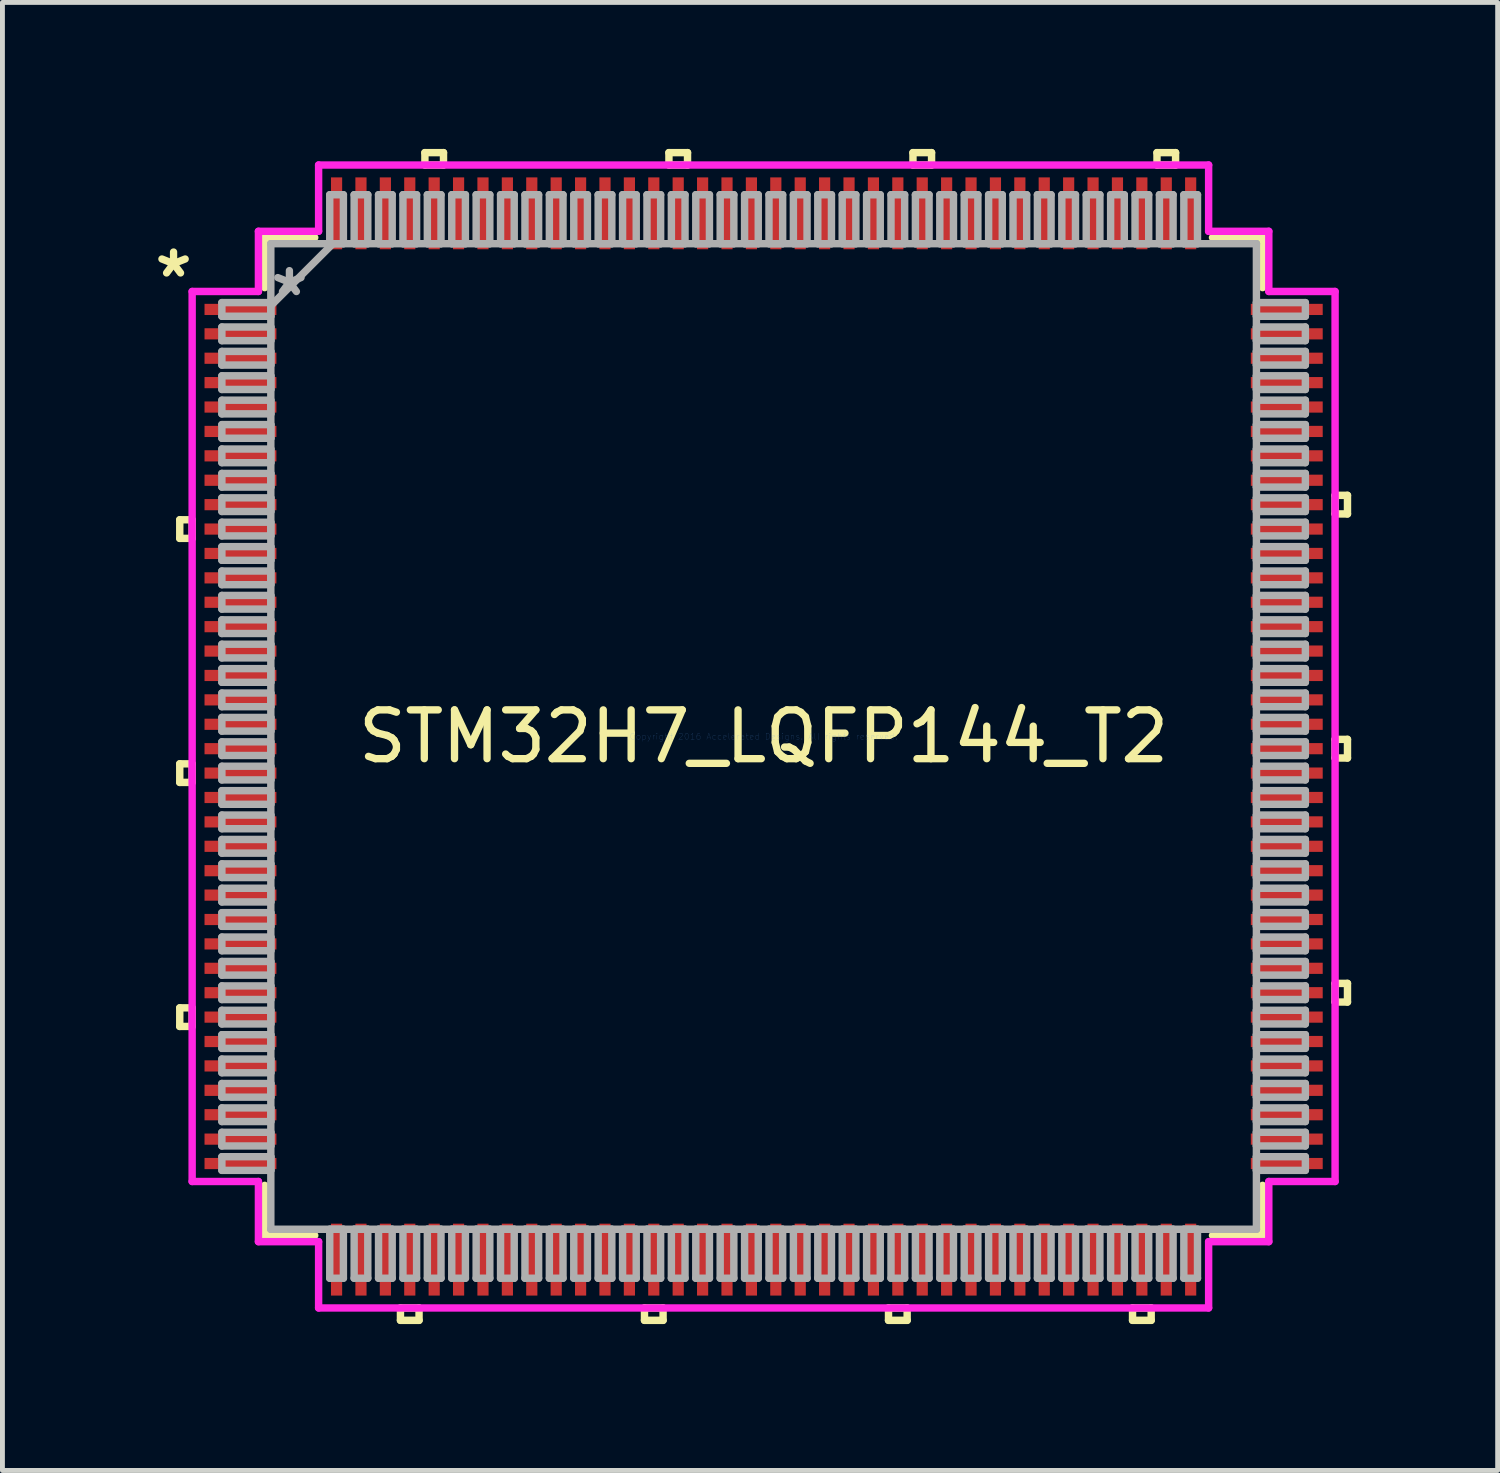
<source format=kicad_pcb>
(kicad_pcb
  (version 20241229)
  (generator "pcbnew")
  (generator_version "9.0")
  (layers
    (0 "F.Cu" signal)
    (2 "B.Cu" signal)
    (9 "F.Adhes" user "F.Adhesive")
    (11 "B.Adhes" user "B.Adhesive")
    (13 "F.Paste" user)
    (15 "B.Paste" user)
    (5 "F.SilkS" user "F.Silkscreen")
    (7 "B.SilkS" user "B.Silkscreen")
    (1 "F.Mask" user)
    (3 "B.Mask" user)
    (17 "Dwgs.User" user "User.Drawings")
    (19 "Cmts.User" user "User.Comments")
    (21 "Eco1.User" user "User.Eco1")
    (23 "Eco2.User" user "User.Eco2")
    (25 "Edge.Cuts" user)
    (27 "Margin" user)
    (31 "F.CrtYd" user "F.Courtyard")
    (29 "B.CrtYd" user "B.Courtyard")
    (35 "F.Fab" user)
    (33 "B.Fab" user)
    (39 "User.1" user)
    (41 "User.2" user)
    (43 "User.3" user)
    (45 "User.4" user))
  (footprint "STM32H7_LQFP144_T2"
    (layer "F.Cu")
    (at 12.596 12.04)
    (property "Reference" "STM32H7_LQFP144_T2" (at 0 0 0) (layer "F.SilkS") (effects (font (size 1 1) (thickness 0.15))))
    (attr through_hole)
    (fp_line (start -11.963 -4.44) (end -11.963 -4.059) (stroke (width 0.152) (type solid)) (layer "F.SilkS"))
    (fp_line (start -11.963 -4.059) (end -11.709 -4.059) (stroke (width 0.152) (type solid)) (layer "F.SilkS"))
    (fp_line (start -11.963 0.56) (end -11.963 0.941) (stroke (width 0.152) (type solid)) (layer "F.SilkS"))
    (fp_line (start -11.963 0.941) (end -11.709 0.941) (stroke (width 0.152) (type solid)) (layer "F.SilkS"))
    (fp_line (start -11.963 5.56) (end -11.963 5.941) (stroke (width 0.152) (type solid)) (layer "F.SilkS"))
    (fp_line (start -11.963 5.941) (end -11.709 5.941) (stroke (width 0.152) (type solid)) (layer "F.SilkS"))
    (fp_line (start -11.709 -4.44) (end -11.963 -4.44) (stroke (width 0.152) (type solid)) (layer "F.SilkS"))
    (fp_line (start -11.709 -4.059) (end -11.709 -4.44) (stroke (width 0.152) (type solid)) (layer "F.SilkS"))
    (fp_line (start -11.709 0.56) (end -11.963 0.56) (stroke (width 0.152) (type solid)) (layer "F.SilkS"))
    (fp_line (start -11.709 0.941) (end -11.709 0.56) (stroke (width 0.152) (type solid)) (layer "F.SilkS"))
    (fp_line (start -11.709 5.56) (end -11.963 5.56) (stroke (width 0.152) (type solid)) (layer "F.SilkS"))
    (fp_line (start -11.709 5.941) (end -11.709 5.56) (stroke (width 0.152) (type solid)) (layer "F.SilkS"))
    (fp_line (start -10.223 -10.223) (end -10.223 -9.197) (stroke (width 0.152) (type solid)) (layer "F.SilkS"))
    (fp_line (start -10.223 9.197) (end -10.223 10.223) (stroke (width 0.152) (type solid)) (layer "F.SilkS"))
    (fp_line (start -10.223 10.223) (end -9.197 10.223) (stroke (width 0.152) (type solid)) (layer "F.SilkS"))
    (fp_line (start -9.197 -10.223) (end -10.223 -10.223) (stroke (width 0.152) (type solid)) (layer "F.SilkS"))
    (fp_line (start -7.441 11.709) (end -7.441 11.963) (stroke (width 0.152) (type solid)) (layer "F.SilkS"))
    (fp_line (start -7.441 11.963) (end -7.06 11.963) (stroke (width 0.152) (type solid)) (layer "F.SilkS"))
    (fp_line (start -7.06 11.709) (end -7.441 11.709) (stroke (width 0.152) (type solid)) (layer "F.SilkS"))
    (fp_line (start -7.06 11.963) (end -7.06 11.709) (stroke (width 0.152) (type solid)) (layer "F.SilkS"))
    (fp_line (start -6.94 -11.963) (end -6.559 -11.963) (stroke (width 0.152) (type solid)) (layer "F.SilkS"))
    (fp_line (start -6.94 -11.709) (end -6.94 -11.963) (stroke (width 0.152) (type solid)) (layer "F.SilkS"))
    (fp_line (start -6.559 -11.963) (end -6.559 -11.709) (stroke (width 0.152) (type solid)) (layer "F.SilkS"))
    (fp_line (start -6.559 -11.709) (end -6.94 -11.709) (stroke (width 0.152) (type solid)) (layer "F.SilkS"))
    (fp_line (start -2.441 11.709) (end -2.441 11.963) (stroke (width 0.152) (type solid)) (layer "F.SilkS"))
    (fp_line (start -2.441 11.963) (end -2.06 11.963) (stroke (width 0.152) (type solid)) (layer "F.SilkS"))
    (fp_line (start -2.06 11.709) (end -2.441 11.709) (stroke (width 0.152) (type solid)) (layer "F.SilkS"))
    (fp_line (start -2.06 11.963) (end -2.06 11.709) (stroke (width 0.152) (type solid)) (layer "F.SilkS"))
    (fp_line (start -1.94 -11.963) (end -1.559 -11.963) (stroke (width 0.152) (type solid)) (layer "F.SilkS"))
    (fp_line (start -1.94 -11.709) (end -1.94 -11.963) (stroke (width 0.152) (type solid)) (layer "F.SilkS"))
    (fp_line (start -1.559 -11.963) (end -1.559 -11.709) (stroke (width 0.152) (type solid)) (layer "F.SilkS"))
    (fp_line (start -1.559 -11.709) (end -1.94 -11.709) (stroke (width 0.152) (type solid)) (layer "F.SilkS"))
    (fp_line (start 2.559 11.709) (end 2.559 11.963) (stroke (width 0.152) (type solid)) (layer "F.SilkS"))
    (fp_line (start 2.559 11.963) (end 2.941 11.963) (stroke (width 0.152) (type solid)) (layer "F.SilkS"))
    (fp_line (start 2.941 11.709) (end 2.559 11.709) (stroke (width 0.152) (type solid)) (layer "F.SilkS"))
    (fp_line (start 2.941 11.963) (end 2.941 11.709) (stroke (width 0.152) (type solid)) (layer "F.SilkS"))
    (fp_line (start 3.06 -11.963) (end 3.441 -11.963) (stroke (width 0.152) (type solid)) (layer "F.SilkS"))
    (fp_line (start 3.06 -11.709) (end 3.06 -11.963) (stroke (width 0.152) (type solid)) (layer "F.SilkS"))
    (fp_line (start 3.441 -11.963) (end 3.441 -11.709) (stroke (width 0.152) (type solid)) (layer "F.SilkS"))
    (fp_line (start 3.441 -11.709) (end 3.06 -11.709) (stroke (width 0.152) (type solid)) (layer "F.SilkS"))
    (fp_line (start 7.559 11.709) (end 7.559 11.963) (stroke (width 0.152) (type solid)) (layer "F.SilkS"))
    (fp_line (start 7.559 11.963) (end 7.941 11.963) (stroke (width 0.152) (type solid)) (layer "F.SilkS"))
    (fp_line (start 7.941 11.709) (end 7.559 11.709) (stroke (width 0.152) (type solid)) (layer "F.SilkS"))
    (fp_line (start 7.941 11.963) (end 7.941 11.709) (stroke (width 0.152) (type solid)) (layer "F.SilkS"))
    (fp_line (start 8.06 -11.963) (end 8.441 -11.963) (stroke (width 0.152) (type solid)) (layer "F.SilkS"))
    (fp_line (start 8.06 -11.709) (end 8.06 -11.963) (stroke (width 0.152) (type solid)) (layer "F.SilkS"))
    (fp_line (start 8.441 -11.963) (end 8.441 -11.709) (stroke (width 0.152) (type solid)) (layer "F.SilkS"))
    (fp_line (start 8.441 -11.709) (end 8.06 -11.709) (stroke (width 0.152) (type solid)) (layer "F.SilkS"))
    (fp_line (start 9.197 10.223) (end 10.223 10.223) (stroke (width 0.152) (type solid)) (layer "F.SilkS"))
    (fp_line (start 10.223 -10.223) (end 9.197 -10.223) (stroke (width 0.152) (type solid)) (layer "F.SilkS"))
    (fp_line (start 10.223 -9.197) (end 10.223 -10.223) (stroke (width 0.152) (type solid)) (layer "F.SilkS"))
    (fp_line (start 10.223 10.223) (end 10.223 9.197) (stroke (width 0.152) (type solid)) (layer "F.SilkS"))
    (fp_line (start 11.709 -4.941) (end 11.963 -4.941) (stroke (width 0.152) (type solid)) (layer "F.SilkS"))
    (fp_line (start 11.709 -4.56) (end 11.709 -4.941) (stroke (width 0.152) (type solid)) (layer "F.SilkS"))
    (fp_line (start 11.709 0.059) (end 11.963 0.059) (stroke (width 0.152) (type solid)) (layer "F.SilkS"))
    (fp_line (start 11.709 0.441) (end 11.709 0.059) (stroke (width 0.152) (type solid)) (layer "F.SilkS"))
    (fp_line (start 11.709 5.059) (end 11.963 5.059) (stroke (width 0.152) (type solid)) (layer "F.SilkS"))
    (fp_line (start 11.709 5.441) (end 11.709 5.059) (stroke (width 0.152) (type solid)) (layer "F.SilkS"))
    (fp_line (start 11.963 -4.941) (end 11.963 -4.56) (stroke (width 0.152) (type solid)) (layer "F.SilkS"))
    (fp_line (start 11.963 -4.56) (end 11.709 -4.56) (stroke (width 0.152) (type solid)) (layer "F.SilkS"))
    (fp_line (start 11.963 0.059) (end 11.963 0.441) (stroke (width 0.152) (type solid)) (layer "F.SilkS"))
    (fp_line (start 11.963 0.441) (end 11.709 0.441) (stroke (width 0.152) (type solid)) (layer "F.SilkS"))
    (fp_line (start 11.963 5.059) (end 11.963 5.441) (stroke (width 0.152) (type solid)) (layer "F.SilkS"))
    (fp_line (start 11.963 5.441) (end 11.709 5.441) (stroke (width 0.152) (type solid)) (layer "F.SilkS"))
    (fp_line (start -11.709 -9.118) (end -10.351 -9.118) (stroke (width 0.152) (type solid)) (layer "F.CrtYd"))
    (fp_line (start -11.709 9.118) (end -11.709 -9.118) (stroke (width 0.152) (type solid)) (layer "F.CrtYd"))
    (fp_line (start -10.351 -10.351) (end -9.118 -10.351) (stroke (width 0.152) (type solid)) (layer "F.CrtYd"))
    (fp_line (start -10.351 -9.118) (end -10.351 -10.351) (stroke (width 0.152) (type solid)) (layer "F.CrtYd"))
    (fp_line (start -10.351 9.118) (end -11.709 9.118) (stroke (width 0.152) (type solid)) (layer "F.CrtYd"))
    (fp_line (start -10.351 10.351) (end -10.351 9.118) (stroke (width 0.152) (type solid)) (layer "F.CrtYd"))
    (fp_line (start -9.118 -11.709) (end 9.118 -11.709) (stroke (width 0.152) (type solid)) (layer "F.CrtYd"))
    (fp_line (start -9.118 -10.351) (end -9.118 -11.709) (stroke (width 0.152) (type solid)) (layer "F.CrtYd"))
    (fp_line (start -9.118 10.351) (end -10.351 10.351) (stroke (width 0.152) (type solid)) (layer "F.CrtYd"))
    (fp_line (start -9.118 11.709) (end -9.118 10.351) (stroke (width 0.152) (type solid)) (layer "F.CrtYd"))
    (fp_line (start 9.118 -11.709) (end 9.118 -10.351) (stroke (width 0.152) (type solid)) (layer "F.CrtYd"))
    (fp_line (start 9.118 -10.351) (end 10.351 -10.351) (stroke (width 0.152) (type solid)) (layer "F.CrtYd"))
    (fp_line (start 9.118 10.351) (end 9.118 11.709) (stroke (width 0.152) (type solid)) (layer "F.CrtYd"))
    (fp_line (start 9.118 11.709) (end -9.118 11.709) (stroke (width 0.152) (type solid)) (layer "F.CrtYd"))
    (fp_line (start 10.351 -10.351) (end 10.351 -9.118) (stroke (width 0.152) (type solid)) (layer "F.CrtYd"))
    (fp_line (start 10.351 -9.118) (end 11.709 -9.118) (stroke (width 0.152) (type solid)) (layer "F.CrtYd"))
    (fp_line (start 10.351 9.118) (end 10.351 10.351) (stroke (width 0.152) (type solid)) (layer "F.CrtYd"))
    (fp_line (start 10.351 10.351) (end 9.118 10.351) (stroke (width 0.152) (type solid)) (layer "F.CrtYd"))
    (fp_line (start 11.709 -9.118) (end 11.709 9.118) (stroke (width 0.152) (type solid)) (layer "F.CrtYd"))
    (fp_line (start 11.709 9.118) (end 10.351 9.118) (stroke (width 0.152) (type solid)) (layer "F.CrtYd"))
    (fp_line (start -11.1 -8.89) (end -11.1 -8.61) (stroke (width 0.152) (type solid)) (layer "F.Fab"))
    (fp_line (start -11.1 -8.61) (end -10.097 -8.61) (stroke (width 0.152) (type solid)) (layer "F.Fab"))
    (fp_line (start -11.1 -8.39) (end -11.1 -8.11) (stroke (width 0.152) (type solid)) (layer "F.Fab"))
    (fp_line (start -11.1 -8.11) (end -10.097 -8.11) (stroke (width 0.152) (type solid)) (layer "F.Fab"))
    (fp_line (start -11.1 -7.89) (end -11.1 -7.61) (stroke (width 0.152) (type solid)) (layer "F.Fab"))
    (fp_line (start -11.1 -7.61) (end -10.097 -7.61) (stroke (width 0.152) (type solid)) (layer "F.Fab"))
    (fp_line (start -11.1 -7.39) (end -11.1 -7.11) (stroke (width 0.152) (type solid)) (layer "F.Fab"))
    (fp_line (start -11.1 -7.11) (end -10.097 -7.11) (stroke (width 0.152) (type solid)) (layer "F.Fab"))
    (fp_line (start -11.1 -6.89) (end -11.1 -6.61) (stroke (width 0.152) (type solid)) (layer "F.Fab"))
    (fp_line (start -11.1 -6.61) (end -10.097 -6.61) (stroke (width 0.152) (type solid)) (layer "F.Fab"))
    (fp_line (start -11.1 -6.39) (end -11.1 -6.11) (stroke (width 0.152) (type solid)) (layer "F.Fab"))
    (fp_line (start -11.1 -6.11) (end -10.097 -6.11) (stroke (width 0.152) (type solid)) (layer "F.Fab"))
    (fp_line (start -11.1 -5.89) (end -11.1 -5.61) (stroke (width 0.152) (type solid)) (layer "F.Fab"))
    (fp_line (start -11.1 -5.61) (end -10.097 -5.61) (stroke (width 0.152) (type solid)) (layer "F.Fab"))
    (fp_line (start -11.1 -5.39) (end -11.1 -5.11) (stroke (width 0.152) (type solid)) (layer "F.Fab"))
    (fp_line (start -11.1 -5.11) (end -10.097 -5.11) (stroke (width 0.152) (type solid)) (layer "F.Fab"))
    (fp_line (start -11.1 -4.89) (end -11.1 -4.61) (stroke (width 0.152) (type solid)) (layer "F.Fab"))
    (fp_line (start -11.1 -4.61) (end -10.097 -4.61) (stroke (width 0.152) (type solid)) (layer "F.Fab"))
    (fp_line (start -11.1 -4.39) (end -11.1 -4.11) (stroke (width 0.152) (type solid)) (layer "F.Fab"))
    (fp_line (start -11.1 -4.11) (end -10.097 -4.11) (stroke (width 0.152) (type solid)) (layer "F.Fab"))
    (fp_line (start -11.1 -3.89) (end -11.1 -3.61) (stroke (width 0.152) (type solid)) (layer "F.Fab"))
    (fp_line (start -11.1 -3.61) (end -10.097 -3.61) (stroke (width 0.152) (type solid)) (layer "F.Fab"))
    (fp_line (start -11.1 -3.39) (end -11.1 -3.11) (stroke (width 0.152) (type solid)) (layer "F.Fab"))
    (fp_line (start -11.1 -3.11) (end -10.097 -3.11) (stroke (width 0.152) (type solid)) (layer "F.Fab"))
    (fp_line (start -11.1 -2.89) (end -11.1 -2.61) (stroke (width 0.152) (type solid)) (layer "F.Fab"))
    (fp_line (start -11.1 -2.61) (end -10.097 -2.61) (stroke (width 0.152) (type solid)) (layer "F.Fab"))
    (fp_line (start -11.1 -2.39) (end -11.1 -2.11) (stroke (width 0.152) (type solid)) (layer "F.Fab"))
    (fp_line (start -11.1 -2.11) (end -10.097 -2.11) (stroke (width 0.152) (type solid)) (layer "F.Fab"))
    (fp_line (start -11.1 -1.89) (end -11.1 -1.61) (stroke (width 0.152) (type solid)) (layer "F.Fab"))
    (fp_line (start -11.1 -1.61) (end -10.097 -1.61) (stroke (width 0.152) (type solid)) (layer "F.Fab"))
    (fp_line (start -11.1 -1.39) (end -11.1 -1.11) (stroke (width 0.152) (type solid)) (layer "F.Fab"))
    (fp_line (start -11.1 -1.11) (end -10.097 -1.11) (stroke (width 0.152) (type solid)) (layer "F.Fab"))
    (fp_line (start -11.1 -0.89) (end -11.1 -0.61) (stroke (width 0.152) (type solid)) (layer "F.Fab"))
    (fp_line (start -11.1 -0.61) (end -10.097 -0.61) (stroke (width 0.152) (type solid)) (layer "F.Fab"))
    (fp_line (start -11.1 -0.39) (end -11.1 -0.11) (stroke (width 0.152) (type solid)) (layer "F.Fab"))
    (fp_line (start -11.1 -0.11) (end -10.097 -0.11) (stroke (width 0.152) (type solid)) (layer "F.Fab"))
    (fp_line (start -11.1 0.11) (end -11.1 0.39) (stroke (width 0.152) (type solid)) (layer "F.Fab"))
    (fp_line (start -11.1 0.39) (end -10.097 0.39) (stroke (width 0.152) (type solid)) (layer "F.Fab"))
    (fp_line (start -11.1 0.61) (end -11.1 0.89) (stroke (width 0.152) (type solid)) (layer "F.Fab"))
    (fp_line (start -11.1 0.89) (end -10.097 0.89) (stroke (width 0.152) (type solid)) (layer "F.Fab"))
    (fp_line (start -11.1 1.11) (end -11.1 1.39) (stroke (width 0.152) (type solid)) (layer "F.Fab"))
    (fp_line (start -11.1 1.39) (end -10.097 1.39) (stroke (width 0.152) (type solid)) (layer "F.Fab"))
    (fp_line (start -11.1 1.61) (end -11.1 1.89) (stroke (width 0.152) (type solid)) (layer "F.Fab"))
    (fp_line (start -11.1 1.89) (end -10.097 1.89) (stroke (width 0.152) (type solid)) (layer "F.Fab"))
    (fp_line (start -11.1 2.11) (end -11.1 2.39) (stroke (width 0.152) (type solid)) (layer "F.Fab"))
    (fp_line (start -11.1 2.39) (end -10.097 2.39) (stroke (width 0.152) (type solid)) (layer "F.Fab"))
    (fp_line (start -11.1 2.61) (end -11.1 2.89) (stroke (width 0.152) (type solid)) (layer "F.Fab"))
    (fp_line (start -11.1 2.89) (end -10.097 2.89) (stroke (width 0.152) (type solid)) (layer "F.Fab"))
    (fp_line (start -11.1 3.11) (end -11.1 3.39) (stroke (width 0.152) (type solid)) (layer "F.Fab"))
    (fp_line (start -11.1 3.39) (end -10.097 3.39) (stroke (width 0.152) (type solid)) (layer "F.Fab"))
    (fp_line (start -11.1 3.61) (end -11.1 3.89) (stroke (width 0.152) (type solid)) (layer "F.Fab"))
    (fp_line (start -11.1 3.89) (end -10.097 3.89) (stroke (width 0.152) (type solid)) (layer "F.Fab"))
    (fp_line (start -11.1 4.11) (end -11.1 4.39) (stroke (width 0.152) (type solid)) (layer "F.Fab"))
    (fp_line (start -11.1 4.39) (end -10.097 4.39) (stroke (width 0.152) (type solid)) (layer "F.Fab"))
    (fp_line (start -11.1 4.61) (end -11.1 4.89) (stroke (width 0.152) (type solid)) (layer "F.Fab"))
    (fp_line (start -11.1 4.89) (end -10.097 4.89) (stroke (width 0.152) (type solid)) (layer "F.Fab"))
    (fp_line (start -11.1 5.11) (end -11.1 5.39) (stroke (width 0.152) (type solid)) (layer "F.Fab"))
    (fp_line (start -11.1 5.39) (end -10.097 5.39) (stroke (width 0.152) (type solid)) (layer "F.Fab"))
    (fp_line (start -11.1 5.61) (end -11.1 5.89) (stroke (width 0.152) (type solid)) (layer "F.Fab"))
    (fp_line (start -11.1 5.89) (end -10.097 5.89) (stroke (width 0.152) (type solid)) (layer "F.Fab"))
    (fp_line (start -11.1 6.11) (end -11.1 6.39) (stroke (width 0.152) (type solid)) (layer "F.Fab"))
    (fp_line (start -11.1 6.39) (end -10.097 6.39) (stroke (width 0.152) (type solid)) (layer "F.Fab"))
    (fp_line (start -11.1 6.61) (end -11.1 6.89) (stroke (width 0.152) (type solid)) (layer "F.Fab"))
    (fp_line (start -11.1 6.89) (end -10.097 6.89) (stroke (width 0.152) (type solid)) (layer "F.Fab"))
    (fp_line (start -11.1 7.11) (end -11.1 7.39) (stroke (width 0.152) (type solid)) (layer "F.Fab"))
    (fp_line (start -11.1 7.39) (end -10.097 7.39) (stroke (width 0.152) (type solid)) (layer "F.Fab"))
    (fp_line (start -11.1 7.61) (end -11.1 7.89) (stroke (width 0.152) (type solid)) (layer "F.Fab"))
    (fp_line (start -11.1 7.89) (end -10.097 7.89) (stroke (width 0.152) (type solid)) (layer "F.Fab"))
    (fp_line (start -11.1 8.11) (end -11.1 8.39) (stroke (width 0.152) (type solid)) (layer "F.Fab"))
    (fp_line (start -11.1 8.39) (end -10.097 8.39) (stroke (width 0.152) (type solid)) (layer "F.Fab"))
    (fp_line (start -11.1 8.61) (end -11.1 8.89) (stroke (width 0.152) (type solid)) (layer "F.Fab"))
    (fp_line (start -11.1 8.89) (end -10.097 8.89) (stroke (width 0.152) (type solid)) (layer "F.Fab"))
    (fp_line (start -10.097 -10.097) (end -10.097 -10.097) (stroke (width 0.152) (type solid)) (layer "F.Fab"))
    (fp_line (start -10.097 -10.097) (end -10.097 10.097) (stroke (width 0.152) (type solid)) (layer "F.Fab"))
    (fp_line (start -10.097 -8.89) (end -11.1 -8.89) (stroke (width 0.152) (type solid)) (layer "F.Fab"))
    (fp_line (start -10.097 -8.826) (end -8.826 -10.097) (stroke (width 0.152) (type solid)) (layer "F.Fab"))
    (fp_line (start -10.097 -8.61) (end -10.097 -8.89) (stroke (width 0.152) (type solid)) (layer "F.Fab"))
    (fp_line (start -10.097 -8.39) (end -11.1 -8.39) (stroke (width 0.152) (type solid)) (layer "F.Fab"))
    (fp_line (start -10.097 -8.11) (end -10.097 -8.39) (stroke (width 0.152) (type solid)) (layer "F.Fab"))
    (fp_line (start -10.097 -7.89) (end -11.1 -7.89) (stroke (width 0.152) (type solid)) (layer "F.Fab"))
    (fp_line (start -10.097 -7.61) (end -10.097 -7.89) (stroke (width 0.152) (type solid)) (layer "F.Fab"))
    (fp_line (start -10.097 -7.39) (end -11.1 -7.39) (stroke (width 0.152) (type solid)) (layer "F.Fab"))
    (fp_line (start -10.097 -7.11) (end -10.097 -7.39) (stroke (width 0.152) (type solid)) (layer "F.Fab"))
    (fp_line (start -10.097 -6.89) (end -11.1 -6.89) (stroke (width 0.152) (type solid)) (layer "F.Fab"))
    (fp_line (start -10.097 -6.61) (end -10.097 -6.89) (stroke (width 0.152) (type solid)) (layer "F.Fab"))
    (fp_line (start -10.097 -6.39) (end -11.1 -6.39) (stroke (width 0.152) (type solid)) (layer "F.Fab"))
    (fp_line (start -10.097 -6.11) (end -10.097 -6.39) (stroke (width 0.152) (type solid)) (layer "F.Fab"))
    (fp_line (start -10.097 -5.89) (end -11.1 -5.89) (stroke (width 0.152) (type solid)) (layer "F.Fab"))
    (fp_line (start -10.097 -5.61) (end -10.097 -5.89) (stroke (width 0.152) (type solid)) (layer "F.Fab"))
    (fp_line (start -10.097 -5.39) (end -11.1 -5.39) (stroke (width 0.152) (type solid)) (layer "F.Fab"))
    (fp_line (start -10.097 -5.11) (end -10.097 -5.39) (stroke (width 0.152) (type solid)) (layer "F.Fab"))
    (fp_line (start -10.097 -4.89) (end -11.1 -4.89) (stroke (width 0.152) (type solid)) (layer "F.Fab"))
    (fp_line (start -10.097 -4.61) (end -10.097 -4.89) (stroke (width 0.152) (type solid)) (layer "F.Fab"))
    (fp_line (start -10.097 -4.39) (end -11.1 -4.39) (stroke (width 0.152) (type solid)) (layer "F.Fab"))
    (fp_line (start -10.097 -4.11) (end -10.097 -4.39) (stroke (width 0.152) (type solid)) (layer "F.Fab"))
    (fp_line (start -10.097 -3.89) (end -11.1 -3.89) (stroke (width 0.152) (type solid)) (layer "F.Fab"))
    (fp_line (start -10.097 -3.61) (end -10.097 -3.89) (stroke (width 0.152) (type solid)) (layer "F.Fab"))
    (fp_line (start -10.097 -3.39) (end -11.1 -3.39) (stroke (width 0.152) (type solid)) (layer "F.Fab"))
    (fp_line (start -10.097 -3.11) (end -10.097 -3.39) (stroke (width 0.152) (type solid)) (layer "F.Fab"))
    (fp_line (start -10.097 -2.89) (end -11.1 -2.89) (stroke (width 0.152) (type solid)) (layer "F.Fab"))
    (fp_line (start -10.097 -2.61) (end -10.097 -2.89) (stroke (width 0.152) (type solid)) (layer "F.Fab"))
    (fp_line (start -10.097 -2.39) (end -11.1 -2.39) (stroke (width 0.152) (type solid)) (layer "F.Fab"))
    (fp_line (start -10.097 -2.11) (end -10.097 -2.39) (stroke (width 0.152) (type solid)) (layer "F.Fab"))
    (fp_line (start -10.097 -1.89) (end -11.1 -1.89) (stroke (width 0.152) (type solid)) (layer "F.Fab"))
    (fp_line (start -10.097 -1.61) (end -10.097 -1.89) (stroke (width 0.152) (type solid)) (layer "F.Fab"))
    (fp_line (start -10.097 -1.39) (end -11.1 -1.39) (stroke (width 0.152) (type solid)) (layer "F.Fab"))
    (fp_line (start -10.097 -1.11) (end -10.097 -1.39) (stroke (width 0.152) (type solid)) (layer "F.Fab"))
    (fp_line (start -10.097 -0.89) (end -11.1 -0.89) (stroke (width 0.152) (type solid)) (layer "F.Fab"))
    (fp_line (start -10.097 -0.61) (end -10.097 -0.89) (stroke (width 0.152) (type solid)) (layer "F.Fab"))
    (fp_line (start -10.097 -0.39) (end -11.1 -0.39) (stroke (width 0.152) (type solid)) (layer "F.Fab"))
    (fp_line (start -10.097 -0.11) (end -10.097 -0.39) (stroke (width 0.152) (type solid)) (layer "F.Fab"))
    (fp_line (start -10.097 0.11) (end -11.1 0.11) (stroke (width 0.152) (type solid)) (layer "F.Fab"))
    (fp_line (start -10.097 0.39) (end -10.097 0.11) (stroke (width 0.152) (type solid)) (layer "F.Fab"))
    (fp_line (start -10.097 0.61) (end -11.1 0.61) (stroke (width 0.152) (type solid)) (layer "F.Fab"))
    (fp_line (start -10.097 0.89) (end -10.097 0.61) (stroke (width 0.152) (type solid)) (layer "F.Fab"))
    (fp_line (start -10.097 1.11) (end -11.1 1.11) (stroke (width 0.152) (type solid)) (layer "F.Fab"))
    (fp_line (start -10.097 1.39) (end -10.097 1.11) (stroke (width 0.152) (type solid)) (layer "F.Fab"))
    (fp_line (start -10.097 1.61) (end -11.1 1.61) (stroke (width 0.152) (type solid)) (layer "F.Fab"))
    (fp_line (start -10.097 1.89) (end -10.097 1.61) (stroke (width 0.152) (type solid)) (layer "F.Fab"))
    (fp_line (start -10.097 2.11) (end -11.1 2.11) (stroke (width 0.152) (type solid)) (layer "F.Fab"))
    (fp_line (start -10.097 2.39) (end -10.097 2.11) (stroke (width 0.152) (type solid)) (layer "F.Fab"))
    (fp_line (start -10.097 2.61) (end -11.1 2.61) (stroke (width 0.152) (type solid)) (layer "F.Fab"))
    (fp_line (start -10.097 2.89) (end -10.097 2.61) (stroke (width 0.152) (type solid)) (layer "F.Fab"))
    (fp_line (start -10.097 3.11) (end -11.1 3.11) (stroke (width 0.152) (type solid)) (layer "F.Fab"))
    (fp_line (start -10.097 3.39) (end -10.097 3.11) (stroke (width 0.152) (type solid)) (layer "F.Fab"))
    (fp_line (start -10.097 3.61) (end -11.1 3.61) (stroke (width 0.152) (type solid)) (layer "F.Fab"))
    (fp_line (start -10.097 3.89) (end -10.097 3.61) (stroke (width 0.152) (type solid)) (layer "F.Fab"))
    (fp_line (start -10.097 4.11) (end -11.1 4.11) (stroke (width 0.152) (type solid)) (layer "F.Fab"))
    (fp_line (start -10.097 4.39) (end -10.097 4.11) (stroke (width 0.152) (type solid)) (layer "F.Fab"))
    (fp_line (start -10.097 4.61) (end -11.1 4.61) (stroke (width 0.152) (type solid)) (layer "F.Fab"))
    (fp_line (start -10.097 4.89) (end -10.097 4.61) (stroke (width 0.152) (type solid)) (layer "F.Fab"))
    (fp_line (start -10.097 5.11) (end -11.1 5.11) (stroke (width 0.152) (type solid)) (layer "F.Fab"))
    (fp_line (start -10.097 5.39) (end -10.097 5.11) (stroke (width 0.152) (type solid)) (layer "F.Fab"))
    (fp_line (start -10.097 5.61) (end -11.1 5.61) (stroke (width 0.152) (type solid)) (layer "F.Fab"))
    (fp_line (start -10.097 5.89) (end -10.097 5.61) (stroke (width 0.152) (type solid)) (layer "F.Fab"))
    (fp_line (start -10.097 6.11) (end -11.1 6.11) (stroke (width 0.152) (type solid)) (layer "F.Fab"))
    (fp_line (start -10.097 6.39) (end -10.097 6.11) (stroke (width 0.152) (type solid)) (layer "F.Fab"))
    (fp_line (start -10.097 6.61) (end -11.1 6.61) (stroke (width 0.152) (type solid)) (layer "F.Fab"))
    (fp_line (start -10.097 6.89) (end -10.097 6.61) (stroke (width 0.152) (type solid)) (layer "F.Fab"))
    (fp_line (start -10.097 7.11) (end -11.1 7.11) (stroke (width 0.152) (type solid)) (layer "F.Fab"))
    (fp_line (start -10.097 7.39) (end -10.097 7.11) (stroke (width 0.152) (type solid)) (layer "F.Fab"))
    (fp_line (start -10.097 7.61) (end -11.1 7.61) (stroke (width 0.152) (type solid)) (layer "F.Fab"))
    (fp_line (start -10.097 7.89) (end -10.097 7.61) (stroke (width 0.152) (type solid)) (layer "F.Fab"))
    (fp_line (start -10.097 8.11) (end -11.1 8.11) (stroke (width 0.152) (type solid)) (layer "F.Fab"))
    (fp_line (start -10.097 8.39) (end -10.097 8.11) (stroke (width 0.152) (type solid)) (layer "F.Fab"))
    (fp_line (start -10.097 8.61) (end -11.1 8.61) (stroke (width 0.152) (type solid)) (layer "F.Fab"))
    (fp_line (start -10.097 8.89) (end -10.097 8.61) (stroke (width 0.152) (type solid)) (layer "F.Fab"))
    (fp_line (start -10.097 10.097) (end -10.097 10.097) (stroke (width 0.152) (type solid)) (layer "F.Fab"))
    (fp_line (start -10.097 10.097) (end 10.097 10.097) (stroke (width 0.152) (type solid)) (layer "F.Fab"))
    (fp_line (start -8.89 -11.1) (end -8.89 -10.097) (stroke (width 0.152) (type solid)) (layer "F.Fab"))
    (fp_line (start -8.89 -10.097) (end -8.61 -10.097) (stroke (width 0.152) (type solid)) (layer "F.Fab"))
    (fp_line (start -8.89 10.097) (end -8.89 11.1) (stroke (width 0.152) (type solid)) (layer "F.Fab"))
    (fp_line (start -8.89 11.1) (end -8.61 11.1) (stroke (width 0.152) (type solid)) (layer "F.Fab"))
    (fp_line (start -8.61 -11.1) (end -8.89 -11.1) (stroke (width 0.152) (type solid)) (layer "F.Fab"))
    (fp_line (start -8.61 -10.097) (end -8.61 -11.1) (stroke (width 0.152) (type solid)) (layer "F.Fab"))
    (fp_line (start -8.61 10.097) (end -8.89 10.097) (stroke (width 0.152) (type solid)) (layer "F.Fab"))
    (fp_line (start -8.61 11.1) (end -8.61 10.097) (stroke (width 0.152) (type solid)) (layer "F.Fab"))
    (fp_line (start -8.39 -11.1) (end -8.39 -10.097) (stroke (width 0.152) (type solid)) (layer "F.Fab"))
    (fp_line (start -8.39 -10.097) (end -8.11 -10.097) (stroke (width 0.152) (type solid)) (layer "F.Fab"))
    (fp_line (start -8.39 10.097) (end -8.39 11.1) (stroke (width 0.152) (type solid)) (layer "F.Fab"))
    (fp_line (start -8.39 11.1) (end -8.11 11.1) (stroke (width 0.152) (type solid)) (layer "F.Fab"))
    (fp_line (start -8.11 -11.1) (end -8.39 -11.1) (stroke (width 0.152) (type solid)) (layer "F.Fab"))
    (fp_line (start -8.11 -10.097) (end -8.11 -11.1) (stroke (width 0.152) (type solid)) (layer "F.Fab"))
    (fp_line (start -8.11 10.097) (end -8.39 10.097) (stroke (width 0.152) (type solid)) (layer "F.Fab"))
    (fp_line (start -8.11 11.1) (end -8.11 10.097) (stroke (width 0.152) (type solid)) (layer "F.Fab"))
    (fp_line (start -7.89 -11.1) (end -7.89 -10.097) (stroke (width 0.152) (type solid)) (layer "F.Fab"))
    (fp_line (start -7.89 -10.097) (end -7.61 -10.097) (stroke (width 0.152) (type solid)) (layer "F.Fab"))
    (fp_line (start -7.89 10.097) (end -7.89 11.1) (stroke (width 0.152) (type solid)) (layer "F.Fab"))
    (fp_line (start -7.89 11.1) (end -7.61 11.1) (stroke (width 0.152) (type solid)) (layer "F.Fab"))
    (fp_line (start -7.61 -11.1) (end -7.89 -11.1) (stroke (width 0.152) (type solid)) (layer "F.Fab"))
    (fp_line (start -7.61 -10.097) (end -7.61 -11.1) (stroke (width 0.152) (type solid)) (layer "F.Fab"))
    (fp_line (start -7.61 10.097) (end -7.89 10.097) (stroke (width 0.152) (type solid)) (layer "F.Fab"))
    (fp_line (start -7.61 11.1) (end -7.61 10.097) (stroke (width 0.152) (type solid)) (layer "F.Fab"))
    (fp_line (start -7.39 -11.1) (end -7.39 -10.097) (stroke (width 0.152) (type solid)) (layer "F.Fab"))
    (fp_line (start -7.39 -10.097) (end -7.11 -10.097) (stroke (width 0.152) (type solid)) (layer "F.Fab"))
    (fp_line (start -7.39 10.097) (end -7.39 11.1) (stroke (width 0.152) (type solid)) (layer "F.Fab"))
    (fp_line (start -7.39 11.1) (end -7.11 11.1) (stroke (width 0.152) (type solid)) (layer "F.Fab"))
    (fp_line (start -7.11 -11.1) (end -7.39 -11.1) (stroke (width 0.152) (type solid)) (layer "F.Fab"))
    (fp_line (start -7.11 -10.097) (end -7.11 -11.1) (stroke (width 0.152) (type solid)) (layer "F.Fab"))
    (fp_line (start -7.11 10.097) (end -7.39 10.097) (stroke (width 0.152) (type solid)) (layer "F.Fab"))
    (fp_line (start -7.11 11.1) (end -7.11 10.097) (stroke (width 0.152) (type solid)) (layer "F.Fab"))
    (fp_line (start -6.89 -11.1) (end -6.89 -10.097) (stroke (width 0.152) (type solid)) (layer "F.Fab"))
    (fp_line (start -6.89 -10.097) (end -6.61 -10.097) (stroke (width 0.152) (type solid)) (layer "F.Fab"))
    (fp_line (start -6.89 10.097) (end -6.89 11.1) (stroke (width 0.152) (type solid)) (layer "F.Fab"))
    (fp_line (start -6.89 11.1) (end -6.61 11.1) (stroke (width 0.152) (type solid)) (layer "F.Fab"))
    (fp_line (start -6.61 -11.1) (end -6.89 -11.1) (stroke (width 0.152) (type solid)) (layer "F.Fab"))
    (fp_line (start -6.61 -10.097) (end -6.61 -11.1) (stroke (width 0.152) (type solid)) (layer "F.Fab"))
    (fp_line (start -6.61 10.097) (end -6.89 10.097) (stroke (width 0.152) (type solid)) (layer "F.Fab"))
    (fp_line (start -6.61 11.1) (end -6.61 10.097) (stroke (width 0.152) (type solid)) (layer "F.Fab"))
    (fp_line (start -6.39 -11.1) (end -6.39 -10.097) (stroke (width 0.152) (type solid)) (layer "F.Fab"))
    (fp_line (start -6.39 -10.097) (end -6.11 -10.097) (stroke (width 0.152) (type solid)) (layer "F.Fab"))
    (fp_line (start -6.39 10.097) (end -6.39 11.1) (stroke (width 0.152) (type solid)) (layer "F.Fab"))
    (fp_line (start -6.39 11.1) (end -6.11 11.1) (stroke (width 0.152) (type solid)) (layer "F.Fab"))
    (fp_line (start -6.11 -11.1) (end -6.39 -11.1) (stroke (width 0.152) (type solid)) (layer "F.Fab"))
    (fp_line (start -6.11 -10.097) (end -6.11 -11.1) (stroke (width 0.152) (type solid)) (layer "F.Fab"))
    (fp_line (start -6.11 10.097) (end -6.39 10.097) (stroke (width 0.152) (type solid)) (layer "F.Fab"))
    (fp_line (start -6.11 11.1) (end -6.11 10.097) (stroke (width 0.152) (type solid)) (layer "F.Fab"))
    (fp_line (start -5.89 -11.1) (end -5.89 -10.097) (stroke (width 0.152) (type solid)) (layer "F.Fab"))
    (fp_line (start -5.89 -10.097) (end -5.61 -10.097) (stroke (width 0.152) (type solid)) (layer "F.Fab"))
    (fp_line (start -5.89 10.097) (end -5.89 11.1) (stroke (width 0.152) (type solid)) (layer "F.Fab"))
    (fp_line (start -5.89 11.1) (end -5.61 11.1) (stroke (width 0.152) (type solid)) (layer "F.Fab"))
    (fp_line (start -5.61 -11.1) (end -5.89 -11.1) (stroke (width 0.152) (type solid)) (layer "F.Fab"))
    (fp_line (start -5.61 -10.097) (end -5.61 -11.1) (stroke (width 0.152) (type solid)) (layer "F.Fab"))
    (fp_line (start -5.61 10.097) (end -5.89 10.097) (stroke (width 0.152) (type solid)) (layer "F.Fab"))
    (fp_line (start -5.61 11.1) (end -5.61 10.097) (stroke (width 0.152) (type solid)) (layer "F.Fab"))
    (fp_line (start -5.39 -11.1) (end -5.39 -10.097) (stroke (width 0.152) (type solid)) (layer "F.Fab"))
    (fp_line (start -5.39 -10.097) (end -5.11 -10.097) (stroke (width 0.152) (type solid)) (layer "F.Fab"))
    (fp_line (start -5.39 10.097) (end -5.39 11.1) (stroke (width 0.152) (type solid)) (layer "F.Fab"))
    (fp_line (start -5.39 11.1) (end -5.11 11.1) (stroke (width 0.152) (type solid)) (layer "F.Fab"))
    (fp_line (start -5.11 -11.1) (end -5.39 -11.1) (stroke (width 0.152) (type solid)) (layer "F.Fab"))
    (fp_line (start -5.11 -10.097) (end -5.11 -11.1) (stroke (width 0.152) (type solid)) (layer "F.Fab"))
    (fp_line (start -5.11 10.097) (end -5.39 10.097) (stroke (width 0.152) (type solid)) (layer "F.Fab"))
    (fp_line (start -5.11 11.1) (end -5.11 10.097) (stroke (width 0.152) (type solid)) (layer "F.Fab"))
    (fp_line (start -4.89 -11.1) (end -4.89 -10.097) (stroke (width 0.152) (type solid)) (layer "F.Fab"))
    (fp_line (start -4.89 -10.097) (end -4.61 -10.097) (stroke (width 0.152) (type solid)) (layer "F.Fab"))
    (fp_line (start -4.89 10.097) (end -4.89 11.1) (stroke (width 0.152) (type solid)) (layer "F.Fab"))
    (fp_line (start -4.89 11.1) (end -4.61 11.1) (stroke (width 0.152) (type solid)) (layer "F.Fab"))
    (fp_line (start -4.61 -11.1) (end -4.89 -11.1) (stroke (width 0.152) (type solid)) (layer "F.Fab"))
    (fp_line (start -4.61 -10.097) (end -4.61 -11.1) (stroke (width 0.152) (type solid)) (layer "F.Fab"))
    (fp_line (start -4.61 10.097) (end -4.89 10.097) (stroke (width 0.152) (type solid)) (layer "F.Fab"))
    (fp_line (start -4.61 11.1) (end -4.61 10.097) (stroke (width 0.152) (type solid)) (layer "F.Fab"))
    (fp_line (start -4.39 -11.1) (end -4.39 -10.097) (stroke (width 0.152) (type solid)) (layer "F.Fab"))
    (fp_line (start -4.39 -10.097) (end -4.11 -10.097) (stroke (width 0.152) (type solid)) (layer "F.Fab"))
    (fp_line (start -4.39 10.097) (end -4.39 11.1) (stroke (width 0.152) (type solid)) (layer "F.Fab"))
    (fp_line (start -4.39 11.1) (end -4.11 11.1) (stroke (width 0.152) (type solid)) (layer "F.Fab"))
    (fp_line (start -4.11 -11.1) (end -4.39 -11.1) (stroke (width 0.152) (type solid)) (layer "F.Fab"))
    (fp_line (start -4.11 -10.097) (end -4.11 -11.1) (stroke (width 0.152) (type solid)) (layer "F.Fab"))
    (fp_line (start -4.11 10.097) (end -4.39 10.097) (stroke (width 0.152) (type solid)) (layer "F.Fab"))
    (fp_line (start -4.11 11.1) (end -4.11 10.097) (stroke (width 0.152) (type solid)) (layer "F.Fab"))
    (fp_line (start -3.89 -11.1) (end -3.89 -10.097) (stroke (width 0.152) (type solid)) (layer "F.Fab"))
    (fp_line (start -3.89 -10.097) (end -3.61 -10.097) (stroke (width 0.152) (type solid)) (layer "F.Fab"))
    (fp_line (start -3.89 10.097) (end -3.89 11.1) (stroke (width 0.152) (type solid)) (layer "F.Fab"))
    (fp_line (start -3.89 11.1) (end -3.61 11.1) (stroke (width 0.152) (type solid)) (layer "F.Fab"))
    (fp_line (start -3.61 -11.1) (end -3.89 -11.1) (stroke (width 0.152) (type solid)) (layer "F.Fab"))
    (fp_line (start -3.61 -10.097) (end -3.61 -11.1) (stroke (width 0.152) (type solid)) (layer "F.Fab"))
    (fp_line (start -3.61 10.097) (end -3.89 10.097) (stroke (width 0.152) (type solid)) (layer "F.Fab"))
    (fp_line (start -3.61 11.1) (end -3.61 10.097) (stroke (width 0.152) (type solid)) (layer "F.Fab"))
    (fp_line (start -3.39 -11.1) (end -3.39 -10.097) (stroke (width 0.152) (type solid)) (layer "F.Fab"))
    (fp_line (start -3.39 -10.097) (end -3.11 -10.097) (stroke (width 0.152) (type solid)) (layer "F.Fab"))
    (fp_line (start -3.39 10.097) (end -3.39 11.1) (stroke (width 0.152) (type solid)) (layer "F.Fab"))
    (fp_line (start -3.39 11.1) (end -3.11 11.1) (stroke (width 0.152) (type solid)) (layer "F.Fab"))
    (fp_line (start -3.11 -11.1) (end -3.39 -11.1) (stroke (width 0.152) (type solid)) (layer "F.Fab"))
    (fp_line (start -3.11 -10.097) (end -3.11 -11.1) (stroke (width 0.152) (type solid)) (layer "F.Fab"))
    (fp_line (start -3.11 10.097) (end -3.39 10.097) (stroke (width 0.152) (type solid)) (layer "F.Fab"))
    (fp_line (start -3.11 11.1) (end -3.11 10.097) (stroke (width 0.152) (type solid)) (layer "F.Fab"))
    (fp_line (start -2.89 -11.1) (end -2.89 -10.097) (stroke (width 0.152) (type solid)) (layer "F.Fab"))
    (fp_line (start -2.89 -10.097) (end -2.61 -10.097) (stroke (width 0.152) (type solid)) (layer "F.Fab"))
    (fp_line (start -2.89 10.097) (end -2.89 11.1) (stroke (width 0.152) (type solid)) (layer "F.Fab"))
    (fp_line (start -2.89 11.1) (end -2.61 11.1) (stroke (width 0.152) (type solid)) (layer "F.Fab"))
    (fp_line (start -2.61 -11.1) (end -2.89 -11.1) (stroke (width 0.152) (type solid)) (layer "F.Fab"))
    (fp_line (start -2.61 -10.097) (end -2.61 -11.1) (stroke (width 0.152) (type solid)) (layer "F.Fab"))
    (fp_line (start -2.61 10.097) (end -2.89 10.097) (stroke (width 0.152) (type solid)) (layer "F.Fab"))
    (fp_line (start -2.61 11.1) (end -2.61 10.097) (stroke (width 0.152) (type solid)) (layer "F.Fab"))
    (fp_line (start -2.39 -11.1) (end -2.39 -10.097) (stroke (width 0.152) (type solid)) (layer "F.Fab"))
    (fp_line (start -2.39 -10.097) (end -2.11 -10.097) (stroke (width 0.152) (type solid)) (layer "F.Fab"))
    (fp_line (start -2.39 10.097) (end -2.39 11.1) (stroke (width 0.152) (type solid)) (layer "F.Fab"))
    (fp_line (start -2.39 11.1) (end -2.11 11.1) (stroke (width 0.152) (type solid)) (layer "F.Fab"))
    (fp_line (start -2.11 -11.1) (end -2.39 -11.1) (stroke (width 0.152) (type solid)) (layer "F.Fab"))
    (fp_line (start -2.11 -10.097) (end -2.11 -11.1) (stroke (width 0.152) (type solid)) (layer "F.Fab"))
    (fp_line (start -2.11 10.097) (end -2.39 10.097) (stroke (width 0.152) (type solid)) (layer "F.Fab"))
    (fp_line (start -2.11 11.1) (end -2.11 10.097) (stroke (width 0.152) (type solid)) (layer "F.Fab"))
    (fp_line (start -1.89 -11.1) (end -1.89 -10.097) (stroke (width 0.152) (type solid)) (layer "F.Fab"))
    (fp_line (start -1.89 -10.097) (end -1.61 -10.097) (stroke (width 0.152) (type solid)) (layer "F.Fab"))
    (fp_line (start -1.89 10.097) (end -1.89 11.1) (stroke (width 0.152) (type solid)) (layer "F.Fab"))
    (fp_line (start -1.89 11.1) (end -1.61 11.1) (stroke (width 0.152) (type solid)) (layer "F.Fab"))
    (fp_line (start -1.61 -11.1) (end -1.89 -11.1) (stroke (width 0.152) (type solid)) (layer "F.Fab"))
    (fp_line (start -1.61 -10.097) (end -1.61 -11.1) (stroke (width 0.152) (type solid)) (layer "F.Fab"))
    (fp_line (start -1.61 10.097) (end -1.89 10.097) (stroke (width 0.152) (type solid)) (layer "F.Fab"))
    (fp_line (start -1.61 11.1) (end -1.61 10.097) (stroke (width 0.152) (type solid)) (layer "F.Fab"))
    (fp_line (start -1.39 -11.1) (end -1.39 -10.097) (stroke (width 0.152) (type solid)) (layer "F.Fab"))
    (fp_line (start -1.39 -10.097) (end -1.11 -10.097) (stroke (width 0.152) (type solid)) (layer "F.Fab"))
    (fp_line (start -1.39 10.097) (end -1.39 11.1) (stroke (width 0.152) (type solid)) (layer "F.Fab"))
    (fp_line (start -1.39 11.1) (end -1.11 11.1) (stroke (width 0.152) (type solid)) (layer "F.Fab"))
    (fp_line (start -1.11 -11.1) (end -1.39 -11.1) (stroke (width 0.152) (type solid)) (layer "F.Fab"))
    (fp_line (start -1.11 -10.097) (end -1.11 -11.1) (stroke (width 0.152) (type solid)) (layer "F.Fab"))
    (fp_line (start -1.11 10.097) (end -1.39 10.097) (stroke (width 0.152) (type solid)) (layer "F.Fab"))
    (fp_line (start -1.11 11.1) (end -1.11 10.097) (stroke (width 0.152) (type solid)) (layer "F.Fab"))
    (fp_line (start -0.89 -11.1) (end -0.89 -10.097) (stroke (width 0.152) (type solid)) (layer "F.Fab"))
    (fp_line (start -0.89 -10.097) (end -0.61 -10.097) (stroke (width 0.152) (type solid)) (layer "F.Fab"))
    (fp_line (start -0.89 10.097) (end -0.89 11.1) (stroke (width 0.152) (type solid)) (layer "F.Fab"))
    (fp_line (start -0.89 11.1) (end -0.61 11.1) (stroke (width 0.152) (type solid)) (layer "F.Fab"))
    (fp_line (start -0.61 -11.1) (end -0.89 -11.1) (stroke (width 0.152) (type solid)) (layer "F.Fab"))
    (fp_line (start -0.61 -10.097) (end -0.61 -11.1) (stroke (width 0.152) (type solid)) (layer "F.Fab"))
    (fp_line (start -0.61 10.097) (end -0.89 10.097) (stroke (width 0.152) (type solid)) (layer "F.Fab"))
    (fp_line (start -0.61 11.1) (end -0.61 10.097) (stroke (width 0.152) (type solid)) (layer "F.Fab"))
    (fp_line (start -0.39 -11.1) (end -0.39 -10.097) (stroke (width 0.152) (type solid)) (layer "F.Fab"))
    (fp_line (start -0.39 -10.097) (end -0.11 -10.097) (stroke (width 0.152) (type solid)) (layer "F.Fab"))
    (fp_line (start -0.39 10.097) (end -0.39 11.1) (stroke (width 0.152) (type solid)) (layer "F.Fab"))
    (fp_line (start -0.39 11.1) (end -0.11 11.1) (stroke (width 0.152) (type solid)) (layer "F.Fab"))
    (fp_line (start -0.11 -11.1) (end -0.39 -11.1) (stroke (width 0.152) (type solid)) (layer "F.Fab"))
    (fp_line (start -0.11 -10.097) (end -0.11 -11.1) (stroke (width 0.152) (type solid)) (layer "F.Fab"))
    (fp_line (start -0.11 10.097) (end -0.39 10.097) (stroke (width 0.152) (type solid)) (layer "F.Fab"))
    (fp_line (start -0.11 11.1) (end -0.11 10.097) (stroke (width 0.152) (type solid)) (layer "F.Fab"))
    (fp_line (start 0.11 -11.1) (end 0.11 -10.097) (stroke (width 0.152) (type solid)) (layer "F.Fab"))
    (fp_line (start 0.11 -10.097) (end 0.39 -10.097) (stroke (width 0.152) (type solid)) (layer "F.Fab"))
    (fp_line (start 0.11 10.097) (end 0.11 11.1) (stroke (width 0.152) (type solid)) (layer "F.Fab"))
    (fp_line (start 0.11 11.1) (end 0.39 11.1) (stroke (width 0.152) (type solid)) (layer "F.Fab"))
    (fp_line (start 0.39 -11.1) (end 0.11 -11.1) (stroke (width 0.152) (type solid)) (layer "F.Fab"))
    (fp_line (start 0.39 -10.097) (end 0.39 -11.1) (stroke (width 0.152) (type solid)) (layer "F.Fab"))
    (fp_line (start 0.39 10.097) (end 0.11 10.097) (stroke (width 0.152) (type solid)) (layer "F.Fab"))
    (fp_line (start 0.39 11.1) (end 0.39 10.097) (stroke (width 0.152) (type solid)) (layer "F.Fab"))
    (fp_line (start 0.61 -11.1) (end 0.61 -10.097) (stroke (width 0.152) (type solid)) (layer "F.Fab"))
    (fp_line (start 0.61 -10.097) (end 0.89 -10.097) (stroke (width 0.152) (type solid)) (layer "F.Fab"))
    (fp_line (start 0.61 10.097) (end 0.61 11.1) (stroke (width 0.152) (type solid)) (layer "F.Fab"))
    (fp_line (start 0.61 11.1) (end 0.89 11.1) (stroke (width 0.152) (type solid)) (layer "F.Fab"))
    (fp_line (start 0.89 -11.1) (end 0.61 -11.1) (stroke (width 0.152) (type solid)) (layer "F.Fab"))
    (fp_line (start 0.89 -10.097) (end 0.89 -11.1) (stroke (width 0.152) (type solid)) (layer "F.Fab"))
    (fp_line (start 0.89 10.097) (end 0.61 10.097) (stroke (width 0.152) (type solid)) (layer "F.Fab"))
    (fp_line (start 0.89 11.1) (end 0.89 10.097) (stroke (width 0.152) (type solid)) (layer "F.Fab"))
    (fp_line (start 1.11 -11.1) (end 1.11 -10.097) (stroke (width 0.152) (type solid)) (layer "F.Fab"))
    (fp_line (start 1.11 -10.097) (end 1.39 -10.097) (stroke (width 0.152) (type solid)) (layer "F.Fab"))
    (fp_line (start 1.11 10.097) (end 1.11 11.1) (stroke (width 0.152) (type solid)) (layer "F.Fab"))
    (fp_line (start 1.11 11.1) (end 1.39 11.1) (stroke (width 0.152) (type solid)) (layer "F.Fab"))
    (fp_line (start 1.39 -11.1) (end 1.11 -11.1) (stroke (width 0.152) (type solid)) (layer "F.Fab"))
    (fp_line (start 1.39 -10.097) (end 1.39 -11.1) (stroke (width 0.152) (type solid)) (layer "F.Fab"))
    (fp_line (start 1.39 10.097) (end 1.11 10.097) (stroke (width 0.152) (type solid)) (layer "F.Fab"))
    (fp_line (start 1.39 11.1) (end 1.39 10.097) (stroke (width 0.152) (type solid)) (layer "F.Fab"))
    (fp_line (start 1.61 -11.1) (end 1.61 -10.097) (stroke (width 0.152) (type solid)) (layer "F.Fab"))
    (fp_line (start 1.61 -10.097) (end 1.89 -10.097) (stroke (width 0.152) (type solid)) (layer "F.Fab"))
    (fp_line (start 1.61 10.097) (end 1.61 11.1) (stroke (width 0.152) (type solid)) (layer "F.Fab"))
    (fp_line (start 1.61 11.1) (end 1.89 11.1) (stroke (width 0.152) (type solid)) (layer "F.Fab"))
    (fp_line (start 1.89 -11.1) (end 1.61 -11.1) (stroke (width 0.152) (type solid)) (layer "F.Fab"))
    (fp_line (start 1.89 -10.097) (end 1.89 -11.1) (stroke (width 0.152) (type solid)) (layer "F.Fab"))
    (fp_line (start 1.89 10.097) (end 1.61 10.097) (stroke (width 0.152) (type solid)) (layer "F.Fab"))
    (fp_line (start 1.89 11.1) (end 1.89 10.097) (stroke (width 0.152) (type solid)) (layer "F.Fab"))
    (fp_line (start 2.11 -11.1) (end 2.11 -10.097) (stroke (width 0.152) (type solid)) (layer "F.Fab"))
    (fp_line (start 2.11 -10.097) (end 2.39 -10.097) (stroke (width 0.152) (type solid)) (layer "F.Fab"))
    (fp_line (start 2.11 10.097) (end 2.11 11.1) (stroke (width 0.152) (type solid)) (layer "F.Fab"))
    (fp_line (start 2.11 11.1) (end 2.39 11.1) (stroke (width 0.152) (type solid)) (layer "F.Fab"))
    (fp_line (start 2.39 -11.1) (end 2.11 -11.1) (stroke (width 0.152) (type solid)) (layer "F.Fab"))
    (fp_line (start 2.39 -10.097) (end 2.39 -11.1) (stroke (width 0.152) (type solid)) (layer "F.Fab"))
    (fp_line (start 2.39 10.097) (end 2.11 10.097) (stroke (width 0.152) (type solid)) (layer "F.Fab"))
    (fp_line (start 2.39 11.1) (end 2.39 10.097) (stroke (width 0.152) (type solid)) (layer "F.Fab"))
    (fp_line (start 2.61 -11.1) (end 2.61 -10.097) (stroke (width 0.152) (type solid)) (layer "F.Fab"))
    (fp_line (start 2.61 -10.097) (end 2.89 -10.097) (stroke (width 0.152) (type solid)) (layer "F.Fab"))
    (fp_line (start 2.61 10.097) (end 2.61 11.1) (stroke (width 0.152) (type solid)) (layer "F.Fab"))
    (fp_line (start 2.61 11.1) (end 2.89 11.1) (stroke (width 0.152) (type solid)) (layer "F.Fab"))
    (fp_line (start 2.89 -11.1) (end 2.61 -11.1) (stroke (width 0.152) (type solid)) (layer "F.Fab"))
    (fp_line (start 2.89 -10.097) (end 2.89 -11.1) (stroke (width 0.152) (type solid)) (layer "F.Fab"))
    (fp_line (start 2.89 10.097) (end 2.61 10.097) (stroke (width 0.152) (type solid)) (layer "F.Fab"))
    (fp_line (start 2.89 11.1) (end 2.89 10.097) (stroke (width 0.152) (type solid)) (layer "F.Fab"))
    (fp_line (start 3.11 -11.1) (end 3.11 -10.097) (stroke (width 0.152) (type solid)) (layer "F.Fab"))
    (fp_line (start 3.11 -10.097) (end 3.39 -10.097) (stroke (width 0.152) (type solid)) (layer "F.Fab"))
    (fp_line (start 3.11 10.097) (end 3.11 11.1) (stroke (width 0.152) (type solid)) (layer "F.Fab"))
    (fp_line (start 3.11 11.1) (end 3.39 11.1) (stroke (width 0.152) (type solid)) (layer "F.Fab"))
    (fp_line (start 3.39 -11.1) (end 3.11 -11.1) (stroke (width 0.152) (type solid)) (layer "F.Fab"))
    (fp_line (start 3.39 -10.097) (end 3.39 -11.1) (stroke (width 0.152) (type solid)) (layer "F.Fab"))
    (fp_line (start 3.39 10.097) (end 3.11 10.097) (stroke (width 0.152) (type solid)) (layer "F.Fab"))
    (fp_line (start 3.39 11.1) (end 3.39 10.097) (stroke (width 0.152) (type solid)) (layer "F.Fab"))
    (fp_line (start 3.61 -11.1) (end 3.61 -10.097) (stroke (width 0.152) (type solid)) (layer "F.Fab"))
    (fp_line (start 3.61 -10.097) (end 3.89 -10.097) (stroke (width 0.152) (type solid)) (layer "F.Fab"))
    (fp_line (start 3.61 10.097) (end 3.61 11.1) (stroke (width 0.152) (type solid)) (layer "F.Fab"))
    (fp_line (start 3.61 11.1) (end 3.89 11.1) (stroke (width 0.152) (type solid)) (layer "F.Fab"))
    (fp_line (start 3.89 -11.1) (end 3.61 -11.1) (stroke (width 0.152) (type solid)) (layer "F.Fab"))
    (fp_line (start 3.89 -10.097) (end 3.89 -11.1) (stroke (width 0.152) (type solid)) (layer "F.Fab"))
    (fp_line (start 3.89 10.097) (end 3.61 10.097) (stroke (width 0.152) (type solid)) (layer "F.Fab"))
    (fp_line (start 3.89 11.1) (end 3.89 10.097) (stroke (width 0.152) (type solid)) (layer "F.Fab"))
    (fp_line (start 4.11 -11.1) (end 4.11 -10.097) (stroke (width 0.152) (type solid)) (layer "F.Fab"))
    (fp_line (start 4.11 -10.097) (end 4.39 -10.097) (stroke (width 0.152) (type solid)) (layer "F.Fab"))
    (fp_line (start 4.11 10.097) (end 4.11 11.1) (stroke (width 0.152) (type solid)) (layer "F.Fab"))
    (fp_line (start 4.11 11.1) (end 4.39 11.1) (stroke (width 0.152) (type solid)) (layer "F.Fab"))
    (fp_line (start 4.39 -11.1) (end 4.11 -11.1) (stroke (width 0.152) (type solid)) (layer "F.Fab"))
    (fp_line (start 4.39 -10.097) (end 4.39 -11.1) (stroke (width 0.152) (type solid)) (layer "F.Fab"))
    (fp_line (start 4.39 10.097) (end 4.11 10.097) (stroke (width 0.152) (type solid)) (layer "F.Fab"))
    (fp_line (start 4.39 11.1) (end 4.39 10.097) (stroke (width 0.152) (type solid)) (layer "F.Fab"))
    (fp_line (start 4.61 -11.1) (end 4.61 -10.097) (stroke (width 0.152) (type solid)) (layer "F.Fab"))
    (fp_line (start 4.61 -10.097) (end 4.89 -10.097) (stroke (width 0.152) (type solid)) (layer "F.Fab"))
    (fp_line (start 4.61 10.097) (end 4.61 11.1) (stroke (width 0.152) (type solid)) (layer "F.Fab"))
    (fp_line (start 4.61 11.1) (end 4.89 11.1) (stroke (width 0.152) (type solid)) (layer "F.Fab"))
    (fp_line (start 4.89 -11.1) (end 4.61 -11.1) (stroke (width 0.152) (type solid)) (layer "F.Fab"))
    (fp_line (start 4.89 -10.097) (end 4.89 -11.1) (stroke (width 0.152) (type solid)) (layer "F.Fab"))
    (fp_line (start 4.89 10.097) (end 4.61 10.097) (stroke (width 0.152) (type solid)) (layer "F.Fab"))
    (fp_line (start 4.89 11.1) (end 4.89 10.097) (stroke (width 0.152) (type solid)) (layer "F.Fab"))
    (fp_line (start 5.11 -11.1) (end 5.11 -10.097) (stroke (width 0.152) (type solid)) (layer "F.Fab"))
    (fp_line (start 5.11 -10.097) (end 5.39 -10.097) (stroke (width 0.152) (type solid)) (layer "F.Fab"))
    (fp_line (start 5.11 10.097) (end 5.11 11.1) (stroke (width 0.152) (type solid)) (layer "F.Fab"))
    (fp_line (start 5.11 11.1) (end 5.39 11.1) (stroke (width 0.152) (type solid)) (layer "F.Fab"))
    (fp_line (start 5.39 -11.1) (end 5.11 -11.1) (stroke (width 0.152) (type solid)) (layer "F.Fab"))
    (fp_line (start 5.39 -10.097) (end 5.39 -11.1) (stroke (width 0.152) (type solid)) (layer "F.Fab"))
    (fp_line (start 5.39 10.097) (end 5.11 10.097) (stroke (width 0.152) (type solid)) (layer "F.Fab"))
    (fp_line (start 5.39 11.1) (end 5.39 10.097) (stroke (width 0.152) (type solid)) (layer "F.Fab"))
    (fp_line (start 5.61 -11.1) (end 5.61 -10.097) (stroke (width 0.152) (type solid)) (layer "F.Fab"))
    (fp_line (start 5.61 -10.097) (end 5.89 -10.097) (stroke (width 0.152) (type solid)) (layer "F.Fab"))
    (fp_line (start 5.61 10.097) (end 5.61 11.1) (stroke (width 0.152) (type solid)) (layer "F.Fab"))
    (fp_line (start 5.61 11.1) (end 5.89 11.1) (stroke (width 0.152) (type solid)) (layer "F.Fab"))
    (fp_line (start 5.89 -11.1) (end 5.61 -11.1) (stroke (width 0.152) (type solid)) (layer "F.Fab"))
    (fp_line (start 5.89 -10.097) (end 5.89 -11.1) (stroke (width 0.152) (type solid)) (layer "F.Fab"))
    (fp_line (start 5.89 10.097) (end 5.61 10.097) (stroke (width 0.152) (type solid)) (layer "F.Fab"))
    (fp_line (start 5.89 11.1) (end 5.89 10.097) (stroke (width 0.152) (type solid)) (layer "F.Fab"))
    (fp_line (start 6.11 -11.1) (end 6.11 -10.097) (stroke (width 0.152) (type solid)) (layer "F.Fab"))
    (fp_line (start 6.11 -10.097) (end 6.39 -10.097) (stroke (width 0.152) (type solid)) (layer "F.Fab"))
    (fp_line (start 6.11 10.097) (end 6.11 11.1) (stroke (width 0.152) (type solid)) (layer "F.Fab"))
    (fp_line (start 6.11 11.1) (end 6.39 11.1) (stroke (width 0.152) (type solid)) (layer "F.Fab"))
    (fp_line (start 6.39 -11.1) (end 6.11 -11.1) (stroke (width 0.152) (type solid)) (layer "F.Fab"))
    (fp_line (start 6.39 -10.097) (end 6.39 -11.1) (stroke (width 0.152) (type solid)) (layer "F.Fab"))
    (fp_line (start 6.39 10.097) (end 6.11 10.097) (stroke (width 0.152) (type solid)) (layer "F.Fab"))
    (fp_line (start 6.39 11.1) (end 6.39 10.097) (stroke (width 0.152) (type solid)) (layer "F.Fab"))
    (fp_line (start 6.61 -11.1) (end 6.61 -10.097) (stroke (width 0.152) (type solid)) (layer "F.Fab"))
    (fp_line (start 6.61 -10.097) (end 6.89 -10.097) (stroke (width 0.152) (type solid)) (layer "F.Fab"))
    (fp_line (start 6.61 10.097) (end 6.61 11.1) (stroke (width 0.152) (type solid)) (layer "F.Fab"))
    (fp_line (start 6.61 11.1) (end 6.89 11.1) (stroke (width 0.152) (type solid)) (layer "F.Fab"))
    (fp_line (start 6.89 -11.1) (end 6.61 -11.1) (stroke (width 0.152) (type solid)) (layer "F.Fab"))
    (fp_line (start 6.89 -10.097) (end 6.89 -11.1) (stroke (width 0.152) (type solid)) (layer "F.Fab"))
    (fp_line (start 6.89 10.097) (end 6.61 10.097) (stroke (width 0.152) (type solid)) (layer "F.Fab"))
    (fp_line (start 6.89 11.1) (end 6.89 10.097) (stroke (width 0.152) (type solid)) (layer "F.Fab"))
    (fp_line (start 7.11 -11.1) (end 7.11 -10.097) (stroke (width 0.152) (type solid)) (layer "F.Fab"))
    (fp_line (start 7.11 -10.097) (end 7.39 -10.097) (stroke (width 0.152) (type solid)) (layer "F.Fab"))
    (fp_line (start 7.11 10.097) (end 7.11 11.1) (stroke (width 0.152) (type solid)) (layer "F.Fab"))
    (fp_line (start 7.11 11.1) (end 7.39 11.1) (stroke (width 0.152) (type solid)) (layer "F.Fab"))
    (fp_line (start 7.39 -11.1) (end 7.11 -11.1) (stroke (width 0.152) (type solid)) (layer "F.Fab"))
    (fp_line (start 7.39 -10.097) (end 7.39 -11.1) (stroke (width 0.152) (type solid)) (layer "F.Fab"))
    (fp_line (start 7.39 10.097) (end 7.11 10.097) (stroke (width 0.152) (type solid)) (layer "F.Fab"))
    (fp_line (start 7.39 11.1) (end 7.39 10.097) (stroke (width 0.152) (type solid)) (layer "F.Fab"))
    (fp_line (start 7.61 -11.1) (end 7.61 -10.097) (stroke (width 0.152) (type solid)) (layer "F.Fab"))
    (fp_line (start 7.61 -10.097) (end 7.89 -10.097) (stroke (width 0.152) (type solid)) (layer "F.Fab"))
    (fp_line (start 7.61 10.097) (end 7.61 11.1) (stroke (width 0.152) (type solid)) (layer "F.Fab"))
    (fp_line (start 7.61 11.1) (end 7.89 11.1) (stroke (width 0.152) (type solid)) (layer "F.Fab"))
    (fp_line (start 7.89 -11.1) (end 7.61 -11.1) (stroke (width 0.152) (type solid)) (layer "F.Fab"))
    (fp_line (start 7.89 -10.097) (end 7.89 -11.1) (stroke (width 0.152) (type solid)) (layer "F.Fab"))
    (fp_line (start 7.89 10.097) (end 7.61 10.097) (stroke (width 0.152) (type solid)) (layer "F.Fab"))
    (fp_line (start 7.89 11.1) (end 7.89 10.097) (stroke (width 0.152) (type solid)) (layer "F.Fab"))
    (fp_line (start 8.11 -11.1) (end 8.11 -10.097) (stroke (width 0.152) (type solid)) (layer "F.Fab"))
    (fp_line (start 8.11 -10.097) (end 8.39 -10.097) (stroke (width 0.152) (type solid)) (layer "F.Fab"))
    (fp_line (start 8.11 10.097) (end 8.11 11.1) (stroke (width 0.152) (type solid)) (layer "F.Fab"))
    (fp_line (start 8.11 11.1) (end 8.39 11.1) (stroke (width 0.152) (type solid)) (layer "F.Fab"))
    (fp_line (start 8.39 -11.1) (end 8.11 -11.1) (stroke (width 0.152) (type solid)) (layer "F.Fab"))
    (fp_line (start 8.39 -10.097) (end 8.39 -11.1) (stroke (width 0.152) (type solid)) (layer "F.Fab"))
    (fp_line (start 8.39 10.097) (end 8.11 10.097) (stroke (width 0.152) (type solid)) (layer "F.Fab"))
    (fp_line (start 8.39 11.1) (end 8.39 10.097) (stroke (width 0.152) (type solid)) (layer "F.Fab"))
    (fp_line (start 8.61 -11.1) (end 8.61 -10.097) (stroke (width 0.152) (type solid)) (layer "F.Fab"))
    (fp_line (start 8.61 -10.097) (end 8.89 -10.097) (stroke (width 0.152) (type solid)) (layer "F.Fab"))
    (fp_line (start 8.61 10.097) (end 8.61 11.1) (stroke (width 0.152) (type solid)) (layer "F.Fab"))
    (fp_line (start 8.61 11.1) (end 8.89 11.1) (stroke (width 0.152) (type solid)) (layer "F.Fab"))
    (fp_line (start 8.89 -11.1) (end 8.61 -11.1) (stroke (width 0.152) (type solid)) (layer "F.Fab"))
    (fp_line (start 8.89 -10.097) (end 8.89 -11.1) (stroke (width 0.152) (type solid)) (layer "F.Fab"))
    (fp_line (start 8.89 10.097) (end 8.61 10.097) (stroke (width 0.152) (type solid)) (layer "F.Fab"))
    (fp_line (start 8.89 11.1) (end 8.89 10.097) (stroke (width 0.152) (type solid)) (layer "F.Fab"))
    (fp_line (start 10.097 -10.097) (end -10.097 -10.097) (stroke (width 0.152) (type solid)) (layer "F.Fab"))
    (fp_line (start 10.097 -10.097) (end 10.097 -10.097) (stroke (width 0.152) (type solid)) (layer "F.Fab"))
    (fp_line (start 10.097 -8.89) (end 10.097 -8.61) (stroke (width 0.152) (type solid)) (layer "F.Fab"))
    (fp_line (start 10.097 -8.61) (end 11.1 -8.61) (stroke (width 0.152) (type solid)) (layer "F.Fab"))
    (fp_line (start 10.097 -8.39) (end 10.097 -8.11) (stroke (width 0.152) (type solid)) (layer "F.Fab"))
    (fp_line (start 10.097 -8.11) (end 11.1 -8.11) (stroke (width 0.152) (type solid)) (layer "F.Fab"))
    (fp_line (start 10.097 -7.89) (end 10.097 -7.61) (stroke (width 0.152) (type solid)) (layer "F.Fab"))
    (fp_line (start 10.097 -7.61) (end 11.1 -7.61) (stroke (width 0.152) (type solid)) (layer "F.Fab"))
    (fp_line (start 10.097 -7.39) (end 10.097 -7.11) (stroke (width 0.152) (type solid)) (layer "F.Fab"))
    (fp_line (start 10.097 -7.11) (end 11.1 -7.11) (stroke (width 0.152) (type solid)) (layer "F.Fab"))
    (fp_line (start 10.097 -6.89) (end 10.097 -6.61) (stroke (width 0.152) (type solid)) (layer "F.Fab"))
    (fp_line (start 10.097 -6.61) (end 11.1 -6.61) (stroke (width 0.152) (type solid)) (layer "F.Fab"))
    (fp_line (start 10.097 -6.39) (end 10.097 -6.11) (stroke (width 0.152) (type solid)) (layer "F.Fab"))
    (fp_line (start 10.097 -6.11) (end 11.1 -6.11) (stroke (width 0.152) (type solid)) (layer "F.Fab"))
    (fp_line (start 10.097 -5.89) (end 10.097 -5.61) (stroke (width 0.152) (type solid)) (layer "F.Fab"))
    (fp_line (start 10.097 -5.61) (end 11.1 -5.61) (stroke (width 0.152) (type solid)) (layer "F.Fab"))
    (fp_line (start 10.097 -5.39) (end 10.097 -5.11) (stroke (width 0.152) (type solid)) (layer "F.Fab"))
    (fp_line (start 10.097 -5.11) (end 11.1 -5.11) (stroke (width 0.152) (type solid)) (layer "F.Fab"))
    (fp_line (start 10.097 -4.89) (end 10.097 -4.61) (stroke (width 0.152) (type solid)) (layer "F.Fab"))
    (fp_line (start 10.097 -4.61) (end 11.1 -4.61) (stroke (width 0.152) (type solid)) (layer "F.Fab"))
    (fp_line (start 10.097 -4.39) (end 10.097 -4.11) (stroke (width 0.152) (type solid)) (layer "F.Fab"))
    (fp_line (start 10.097 -4.11) (end 11.1 -4.11) (stroke (width 0.152) (type solid)) (layer "F.Fab"))
    (fp_line (start 10.097 -3.89) (end 10.097 -3.61) (stroke (width 0.152) (type solid)) (layer "F.Fab"))
    (fp_line (start 10.097 -3.61) (end 11.1 -3.61) (stroke (width 0.152) (type solid)) (layer "F.Fab"))
    (fp_line (start 10.097 -3.39) (end 10.097 -3.11) (stroke (width 0.152) (type solid)) (layer "F.Fab"))
    (fp_line (start 10.097 -3.11) (end 11.1 -3.11) (stroke (width 0.152) (type solid)) (layer "F.Fab"))
    (fp_line (start 10.097 -2.89) (end 10.097 -2.61) (stroke (width 0.152) (type solid)) (layer "F.Fab"))
    (fp_line (start 10.097 -2.61) (end 11.1 -2.61) (stroke (width 0.152) (type solid)) (layer "F.Fab"))
    (fp_line (start 10.097 -2.39) (end 10.097 -2.11) (stroke (width 0.152) (type solid)) (layer "F.Fab"))
    (fp_line (start 10.097 -2.11) (end 11.1 -2.11) (stroke (width 0.152) (type solid)) (layer "F.Fab"))
    (fp_line (start 10.097 -1.89) (end 10.097 -1.61) (stroke (width 0.152) (type solid)) (layer "F.Fab"))
    (fp_line (start 10.097 -1.61) (end 11.1 -1.61) (stroke (width 0.152) (type solid)) (layer "F.Fab"))
    (fp_line (start 10.097 -1.39) (end 10.097 -1.11) (stroke (width 0.152) (type solid)) (layer "F.Fab"))
    (fp_line (start 10.097 -1.11) (end 11.1 -1.11) (stroke (width 0.152) (type solid)) (layer "F.Fab"))
    (fp_line (start 10.097 -0.89) (end 10.097 -0.61) (stroke (width 0.152) (type solid)) (layer "F.Fab"))
    (fp_line (start 10.097 -0.61) (end 11.1 -0.61) (stroke (width 0.152) (type solid)) (layer "F.Fab"))
    (fp_line (start 10.097 -0.39) (end 10.097 -0.11) (stroke (width 0.152) (type solid)) (layer "F.Fab"))
    (fp_line (start 10.097 -0.11) (end 11.1 -0.11) (stroke (width 0.152) (type solid)) (layer "F.Fab"))
    (fp_line (start 10.097 0.11) (end 10.097 0.39) (stroke (width 0.152) (type solid)) (layer "F.Fab"))
    (fp_line (start 10.097 0.39) (end 11.1 0.39) (stroke (width 0.152) (type solid)) (layer "F.Fab"))
    (fp_line (start 10.097 0.61) (end 10.097 0.89) (stroke (width 0.152) (type solid)) (layer "F.Fab"))
    (fp_line (start 10.097 0.89) (end 11.1 0.89) (stroke (width 0.152) (type solid)) (layer "F.Fab"))
    (fp_line (start 10.097 1.11) (end 10.097 1.39) (stroke (width 0.152) (type solid)) (layer "F.Fab"))
    (fp_line (start 10.097 1.39) (end 11.1 1.39) (stroke (width 0.152) (type solid)) (layer "F.Fab"))
    (fp_line (start 10.097 1.61) (end 10.097 1.89) (stroke (width 0.152) (type solid)) (layer "F.Fab"))
    (fp_line (start 10.097 1.89) (end 11.1 1.89) (stroke (width 0.152) (type solid)) (layer "F.Fab"))
    (fp_line (start 10.097 2.11) (end 10.097 2.39) (stroke (width 0.152) (type solid)) (layer "F.Fab"))
    (fp_line (start 10.097 2.39) (end 11.1 2.39) (stroke (width 0.152) (type solid)) (layer "F.Fab"))
    (fp_line (start 10.097 2.61) (end 10.097 2.89) (stroke (width 0.152) (type solid)) (layer "F.Fab"))
    (fp_line (start 10.097 2.89) (end 11.1 2.89) (stroke (width 0.152) (type solid)) (layer "F.Fab"))
    (fp_line (start 10.097 3.11) (end 10.097 3.39) (stroke (width 0.152) (type solid)) (layer "F.Fab"))
    (fp_line (start 10.097 3.39) (end 11.1 3.39) (stroke (width 0.152) (type solid)) (layer "F.Fab"))
    (fp_line (start 10.097 3.61) (end 10.097 3.89) (stroke (width 0.152) (type solid)) (layer "F.Fab"))
    (fp_line (start 10.097 3.89) (end 11.1 3.89) (stroke (width 0.152) (type solid)) (layer "F.Fab"))
    (fp_line (start 10.097 4.11) (end 10.097 4.39) (stroke (width 0.152) (type solid)) (layer "F.Fab"))
    (fp_line (start 10.097 4.39) (end 11.1 4.39) (stroke (width 0.152) (type solid)) (layer "F.Fab"))
    (fp_line (start 10.097 4.61) (end 10.097 4.89) (stroke (width 0.152) (type solid)) (layer "F.Fab"))
    (fp_line (start 10.097 4.89) (end 11.1 4.89) (stroke (width 0.152) (type solid)) (layer "F.Fab"))
    (fp_line (start 10.097 5.11) (end 10.097 5.39) (stroke (width 0.152) (type solid)) (layer "F.Fab"))
    (fp_line (start 10.097 5.39) (end 11.1 5.39) (stroke (width 0.152) (type solid)) (layer "F.Fab"))
    (fp_line (start 10.097 5.61) (end 10.097 5.89) (stroke (width 0.152) (type solid)) (layer "F.Fab"))
    (fp_line (start 10.097 5.89) (end 11.1 5.89) (stroke (width 0.152) (type solid)) (layer "F.Fab"))
    (fp_line (start 10.097 6.11) (end 10.097 6.39) (stroke (width 0.152) (type solid)) (layer "F.Fab"))
    (fp_line (start 10.097 6.39) (end 11.1 6.39) (stroke (width 0.152) (type solid)) (layer "F.Fab"))
    (fp_line (start 10.097 6.61) (end 10.097 6.89) (stroke (width 0.152) (type solid)) (layer "F.Fab"))
    (fp_line (start 10.097 6.89) (end 11.1 6.89) (stroke (width 0.152) (type solid)) (layer "F.Fab"))
    (fp_line (start 10.097 7.11) (end 10.097 7.39) (stroke (width 0.152) (type solid)) (layer "F.Fab"))
    (fp_line (start 10.097 7.39) (end 11.1 7.39) (stroke (width 0.152) (type solid)) (layer "F.Fab"))
    (fp_line (start 10.097 7.61) (end 10.097 7.89) (stroke (width 0.152) (type solid)) (layer "F.Fab"))
    (fp_line (start 10.097 7.89) (end 11.1 7.89) (stroke (width 0.152) (type solid)) (layer "F.Fab"))
    (fp_line (start 10.097 8.11) (end 10.097 8.39) (stroke (width 0.152) (type solid)) (layer "F.Fab"))
    (fp_line (start 10.097 8.39) (end 11.1 8.39) (stroke (width 0.152) (type solid)) (layer "F.Fab"))
    (fp_line (start 10.097 8.61) (end 10.097 8.89) (stroke (width 0.152) (type solid)) (layer "F.Fab"))
    (fp_line (start 10.097 8.89) (end 11.1 8.89) (stroke (width 0.152) (type solid)) (layer "F.Fab"))
    (fp_line (start 10.097 10.097) (end 10.097 -10.097) (stroke (width 0.152) (type solid)) (layer "F.Fab"))
    (fp_line (start 10.097 10.097) (end 10.097 10.097) (stroke (width 0.152) (type solid)) (layer "F.Fab"))
    (fp_line (start 11.1 -8.89) (end 10.097 -8.89) (stroke (width 0.152) (type solid)) (layer "F.Fab"))
    (fp_line (start 11.1 -8.61) (end 11.1 -8.89) (stroke (width 0.152) (type solid)) (layer "F.Fab"))
    (fp_line (start 11.1 -8.39) (end 10.097 -8.39) (stroke (width 0.152) (type solid)) (layer "F.Fab"))
    (fp_line (start 11.1 -8.11) (end 11.1 -8.39) (stroke (width 0.152) (type solid)) (layer "F.Fab"))
    (fp_line (start 11.1 -7.89) (end 10.097 -7.89) (stroke (width 0.152) (type solid)) (layer "F.Fab"))
    (fp_line (start 11.1 -7.61) (end 11.1 -7.89) (stroke (width 0.152) (type solid)) (layer "F.Fab"))
    (fp_line (start 11.1 -7.39) (end 10.097 -7.39) (stroke (width 0.152) (type solid)) (layer "F.Fab"))
    (fp_line (start 11.1 -7.11) (end 11.1 -7.39) (stroke (width 0.152) (type solid)) (layer "F.Fab"))
    (fp_line (start 11.1 -6.89) (end 10.097 -6.89) (stroke (width 0.152) (type solid)) (layer "F.Fab"))
    (fp_line (start 11.1 -6.61) (end 11.1 -6.89) (stroke (width 0.152) (type solid)) (layer "F.Fab"))
    (fp_line (start 11.1 -6.39) (end 10.097 -6.39) (stroke (width 0.152) (type solid)) (layer "F.Fab"))
    (fp_line (start 11.1 -6.11) (end 11.1 -6.39) (stroke (width 0.152) (type solid)) (layer "F.Fab"))
    (fp_line (start 11.1 -5.89) (end 10.097 -5.89) (stroke (width 0.152) (type solid)) (layer "F.Fab"))
    (fp_line (start 11.1 -5.61) (end 11.1 -5.89) (stroke (width 0.152) (type solid)) (layer "F.Fab"))
    (fp_line (start 11.1 -5.39) (end 10.097 -5.39) (stroke (width 0.152) (type solid)) (layer "F.Fab"))
    (fp_line (start 11.1 -5.11) (end 11.1 -5.39) (stroke (width 0.152) (type solid)) (layer "F.Fab"))
    (fp_line (start 11.1 -4.89) (end 10.097 -4.89) (stroke (width 0.152) (type solid)) (layer "F.Fab"))
    (fp_line (start 11.1 -4.61) (end 11.1 -4.89) (stroke (width 0.152) (type solid)) (layer "F.Fab"))
    (fp_line (start 11.1 -4.39) (end 10.097 -4.39) (stroke (width 0.152) (type solid)) (layer "F.Fab"))
    (fp_line (start 11.1 -4.11) (end 11.1 -4.39) (stroke (width 0.152) (type solid)) (layer "F.Fab"))
    (fp_line (start 11.1 -3.89) (end 10.097 -3.89) (stroke (width 0.152) (type solid)) (layer "F.Fab"))
    (fp_line (start 11.1 -3.61) (end 11.1 -3.89) (stroke (width 0.152) (type solid)) (layer "F.Fab"))
    (fp_line (start 11.1 -3.39) (end 10.097 -3.39) (stroke (width 0.152) (type solid)) (layer "F.Fab"))
    (fp_line (start 11.1 -3.11) (end 11.1 -3.39) (stroke (width 0.152) (type solid)) (layer "F.Fab"))
    (fp_line (start 11.1 -2.89) (end 10.097 -2.89) (stroke (width 0.152) (type solid)) (layer "F.Fab"))
    (fp_line (start 11.1 -2.61) (end 11.1 -2.89) (stroke (width 0.152) (type solid)) (layer "F.Fab"))
    (fp_line (start 11.1 -2.39) (end 10.097 -2.39) (stroke (width 0.152) (type solid)) (layer "F.Fab"))
    (fp_line (start 11.1 -2.11) (end 11.1 -2.39) (stroke (width 0.152) (type solid)) (layer "F.Fab"))
    (fp_line (start 11.1 -1.89) (end 10.097 -1.89) (stroke (width 0.152) (type solid)) (layer "F.Fab"))
    (fp_line (start 11.1 -1.61) (end 11.1 -1.89) (stroke (width 0.152) (type solid)) (layer "F.Fab"))
    (fp_line (start 11.1 -1.39) (end 10.097 -1.39) (stroke (width 0.152) (type solid)) (layer "F.Fab"))
    (fp_line (start 11.1 -1.11) (end 11.1 -1.39) (stroke (width 0.152) (type solid)) (layer "F.Fab"))
    (fp_line (start 11.1 -0.89) (end 10.097 -0.89) (stroke (width 0.152) (type solid)) (layer "F.Fab"))
    (fp_line (start 11.1 -0.61) (end 11.1 -0.89) (stroke (width 0.152) (type solid)) (layer "F.Fab"))
    (fp_line (start 11.1 -0.39) (end 10.097 -0.39) (stroke (width 0.152) (type solid)) (layer "F.Fab"))
    (fp_line (start 11.1 -0.11) (end 11.1 -0.39) (stroke (width 0.152) (type solid)) (layer "F.Fab"))
    (fp_line (start 11.1 0.11) (end 10.097 0.11) (stroke (width 0.152) (type solid)) (layer "F.Fab"))
    (fp_line (start 11.1 0.39) (end 11.1 0.11) (stroke (width 0.152) (type solid)) (layer "F.Fab"))
    (fp_line (start 11.1 0.61) (end 10.097 0.61) (stroke (width 0.152) (type solid)) (layer "F.Fab"))
    (fp_line (start 11.1 0.89) (end 11.1 0.61) (stroke (width 0.152) (type solid)) (layer "F.Fab"))
    (fp_line (start 11.1 1.11) (end 10.097 1.11) (stroke (width 0.152) (type solid)) (layer "F.Fab"))
    (fp_line (start 11.1 1.39) (end 11.1 1.11) (stroke (width 0.152) (type solid)) (layer "F.Fab"))
    (fp_line (start 11.1 1.61) (end 10.097 1.61) (stroke (width 0.152) (type solid)) (layer "F.Fab"))
    (fp_line (start 11.1 1.89) (end 11.1 1.61) (stroke (width 0.152) (type solid)) (layer "F.Fab"))
    (fp_line (start 11.1 2.11) (end 10.097 2.11) (stroke (width 0.152) (type solid)) (layer "F.Fab"))
    (fp_line (start 11.1 2.39) (end 11.1 2.11) (stroke (width 0.152) (type solid)) (layer "F.Fab"))
    (fp_line (start 11.1 2.61) (end 10.097 2.61) (stroke (width 0.152) (type solid)) (layer "F.Fab"))
    (fp_line (start 11.1 2.89) (end 11.1 2.61) (stroke (width 0.152) (type solid)) (layer "F.Fab"))
    (fp_line (start 11.1 3.11) (end 10.097 3.11) (stroke (width 0.152) (type solid)) (layer "F.Fab"))
    (fp_line (start 11.1 3.39) (end 11.1 3.11) (stroke (width 0.152) (type solid)) (layer "F.Fab"))
    (fp_line (start 11.1 3.61) (end 10.097 3.61) (stroke (width 0.152) (type solid)) (layer "F.Fab"))
    (fp_line (start 11.1 3.89) (end 11.1 3.61) (stroke (width 0.152) (type solid)) (layer "F.Fab"))
    (fp_line (start 11.1 4.11) (end 10.097 4.11) (stroke (width 0.152) (type solid)) (layer "F.Fab"))
    (fp_line (start 11.1 4.39) (end 11.1 4.11) (stroke (width 0.152) (type solid)) (layer "F.Fab"))
    (fp_line (start 11.1 4.61) (end 10.097 4.61) (stroke (width 0.152) (type solid)) (layer "F.Fab"))
    (fp_line (start 11.1 4.89) (end 11.1 4.61) (stroke (width 0.152) (type solid)) (layer "F.Fab"))
    (fp_line (start 11.1 5.11) (end 10.097 5.11) (stroke (width 0.152) (type solid)) (layer "F.Fab"))
    (fp_line (start 11.1 5.39) (end 11.1 5.11) (stroke (width 0.152) (type solid)) (layer "F.Fab"))
    (fp_line (start 11.1 5.61) (end 10.097 5.61) (stroke (width 0.152) (type solid)) (layer "F.Fab"))
    (fp_line (start 11.1 5.89) (end 11.1 5.61) (stroke (width 0.152) (type solid)) (layer "F.Fab"))
    (fp_line (start 11.1 6.11) (end 10.097 6.11) (stroke (width 0.152) (type solid)) (layer "F.Fab"))
    (fp_line (start 11.1 6.39) (end 11.1 6.11) (stroke (width 0.152) (type solid)) (layer "F.Fab"))
    (fp_line (start 11.1 6.61) (end 10.097 6.61) (stroke (width 0.152) (type solid)) (layer "F.Fab"))
    (fp_line (start 11.1 6.89) (end 11.1 6.61) (stroke (width 0.152) (type solid)) (layer "F.Fab"))
    (fp_line (start 11.1 7.11) (end 10.097 7.11) (stroke (width 0.152) (type solid)) (layer "F.Fab"))
    (fp_line (start 11.1 7.39) (end 11.1 7.11) (stroke (width 0.152) (type solid)) (layer "F.Fab"))
    (fp_line (start 11.1 7.61) (end 10.097 7.61) (stroke (width 0.152) (type solid)) (layer "F.Fab"))
    (fp_line (start 11.1 7.89) (end 11.1 7.61) (stroke (width 0.152) (type solid)) (layer "F.Fab"))
    (fp_line (start 11.1 8.11) (end 10.097 8.11) (stroke (width 0.152) (type solid)) (layer "F.Fab"))
    (fp_line (start 11.1 8.39) (end 11.1 8.11) (stroke (width 0.152) (type solid)) (layer "F.Fab"))
    (fp_line (start 11.1 8.61) (end 10.097 8.61) (stroke (width 0.152) (type solid)) (layer "F.Fab"))
    (fp_line (start 11.1 8.89) (end 11.1 8.61) (stroke (width 0.152) (type solid)) (layer "F.Fab"))
    (fp_text user "*" (at -12.09 -9.381 0) (layer "F.SilkS") (effects (font (size 1 1) (thickness 0.15))))
    (fp_text user "Copyright 2016 Accelerated Designs. All rights reserved." (at 0 0 0) (layer "Cmts.User") (effects (font (size 0.127 0.127) (thickness 0.002))))
    (fp_text user "*" (at -9.716 -9 0) (layer "F.Fab") (effects (font (size 1 1) (thickness 0.15))))
    (pad "1" smd rect (at -10.719 -8.75 90) (size 0.229 1.473) (layers "F.Cu" "F.Mask" "F.Paste"))
    (pad "2" smd rect (at -10.719 -8.25 90) (size 0.229 1.473) (layers "F.Cu" "F.Mask" "F.Paste"))
    (pad "3" smd rect (at -10.719 -7.75 90) (size 0.229 1.473) (layers "F.Cu" "F.Mask" "F.Paste"))
    (pad "4" smd rect (at -10.719 -7.25 90) (size 0.229 1.473) (layers "F.Cu" "F.Mask" "F.Paste"))
    (pad "5" smd rect (at -10.719 -6.75 90) (size 0.229 1.473) (layers "F.Cu" "F.Mask" "F.Paste"))
    (pad "6" smd rect (at -10.719 -6.25 90) (size 0.229 1.473) (layers "F.Cu" "F.Mask" "F.Paste"))
    (pad "7" smd rect (at -10.719 -5.75 90) (size 0.229 1.473) (layers "F.Cu" "F.Mask" "F.Paste"))
    (pad "8" smd rect (at -10.719 -5.25 90) (size 0.229 1.473) (layers "F.Cu" "F.Mask" "F.Paste"))
    (pad "9" smd rect (at -10.719 -4.75 90) (size 0.229 1.473) (layers "F.Cu" "F.Mask" "F.Paste"))
    (pad "10" smd rect (at -10.719 -4.25 90) (size 0.229 1.473) (layers "F.Cu" "F.Mask" "F.Paste"))
    (pad "11" smd rect (at -10.719 -3.75 90) (size 0.229 1.473) (layers "F.Cu" "F.Mask" "F.Paste"))
    (pad "12" smd rect (at -10.719 -3.25 90) (size 0.229 1.473) (layers "F.Cu" "F.Mask" "F.Paste"))
    (pad "13" smd rect (at -10.719 -2.75 90) (size 0.229 1.473) (layers "F.Cu" "F.Mask" "F.Paste"))
    (pad "14" smd rect (at -10.719 -2.25 90) (size 0.229 1.473) (layers "F.Cu" "F.Mask" "F.Paste"))
    (pad "15" smd rect (at -10.719 -1.75 90) (size 0.229 1.473) (layers "F.Cu" "F.Mask" "F.Paste"))
    (pad "16" smd rect (at -10.719 -1.25 90) (size 0.229 1.473) (layers "F.Cu" "F.Mask" "F.Paste"))
    (pad "17" smd rect (at -10.719 -0.75 90) (size 0.229 1.473) (layers "F.Cu" "F.Mask" "F.Paste"))
    (pad "18" smd rect (at -10.719 -0.25 90) (size 0.229 1.473) (layers "F.Cu" "F.Mask" "F.Paste"))
    (pad "19" smd rect (at -10.719 0.25 90) (size 0.229 1.473) (layers "F.Cu" "F.Mask" "F.Paste"))
    (pad "20" smd rect (at -10.719 0.75 90) (size 0.229 1.473) (layers "F.Cu" "F.Mask" "F.Paste"))
    (pad "21" smd rect (at -10.719 1.25 90) (size 0.229 1.473) (layers "F.Cu" "F.Mask" "F.Paste"))
    (pad "22" smd rect (at -10.719 1.75 90) (size 0.229 1.473) (layers "F.Cu" "F.Mask" "F.Paste"))
    (pad "23" smd rect (at -10.719 2.25 90) (size 0.229 1.473) (layers "F.Cu" "F.Mask" "F.Paste"))
    (pad "24" smd rect (at -10.719 2.75 90) (size 0.229 1.473) (layers "F.Cu" "F.Mask" "F.Paste"))
    (pad "25" smd rect (at -10.719 3.25 90) (size 0.229 1.473) (layers "F.Cu" "F.Mask" "F.Paste"))
    (pad "26" smd rect (at -10.719 3.75 90) (size 0.229 1.473) (layers "F.Cu" "F.Mask" "F.Paste"))
    (pad "27" smd rect (at -10.719 4.25 90) (size 0.229 1.473) (layers "F.Cu" "F.Mask" "F.Paste"))
    (pad "28" smd rect (at -10.719 4.75 90) (size 0.229 1.473) (layers "F.Cu" "F.Mask" "F.Paste"))
    (pad "29" smd rect (at -10.719 5.25 90) (size 0.229 1.473) (layers "F.Cu" "F.Mask" "F.Paste"))
    (pad "30" smd rect (at -10.719 5.75 90) (size 0.229 1.473) (layers "F.Cu" "F.Mask" "F.Paste"))
    (pad "31" smd rect (at -10.719 6.25 90) (size 0.229 1.473) (layers "F.Cu" "F.Mask" "F.Paste"))
    (pad "32" smd rect (at -10.719 6.75 90) (size 0.229 1.473) (layers "F.Cu" "F.Mask" "F.Paste"))
    (pad "33" smd rect (at -10.719 7.25 90) (size 0.229 1.473) (layers "F.Cu" "F.Mask" "F.Paste"))
    (pad "34" smd rect (at -10.719 7.75 90) (size 0.229 1.473) (layers "F.Cu" "F.Mask" "F.Paste"))
    (pad "35" smd rect (at -10.719 8.25 90) (size 0.229 1.473) (layers "F.Cu" "F.Mask" "F.Paste"))
    (pad "36" smd rect (at -10.719 8.75 90) (size 0.229 1.473) (layers "F.Cu" "F.Mask" "F.Paste"))
    (pad "37" smd rect (at -8.75 10.719) (size 0.229 1.473) (layers "F.Cu" "F.Mask" "F.Paste"))
    (pad "38" smd rect (at -8.25 10.719) (size 0.229 1.473) (layers "F.Cu" "F.Mask" "F.Paste"))
    (pad "39" smd rect (at -7.75 10.719) (size 0.229 1.473) (layers "F.Cu" "F.Mask" "F.Paste"))
    (pad "40" smd rect (at -7.25 10.719) (size 0.229 1.473) (layers "F.Cu" "F.Mask" "F.Paste"))
    (pad "41" smd rect (at -6.75 10.719) (size 0.229 1.473) (layers "F.Cu" "F.Mask" "F.Paste"))
    (pad "42" smd rect (at -6.25 10.719) (size 0.229 1.473) (layers "F.Cu" "F.Mask" "F.Paste"))
    (pad "43" smd rect (at -5.75 10.719) (size 0.229 1.473) (layers "F.Cu" "F.Mask" "F.Paste"))
    (pad "44" smd rect (at -5.25 10.719) (size 0.229 1.473) (layers "F.Cu" "F.Mask" "F.Paste"))
    (pad "45" smd rect (at -4.75 10.719) (size 0.229 1.473) (layers "F.Cu" "F.Mask" "F.Paste"))
    (pad "46" smd rect (at -4.25 10.719) (size 0.229 1.473) (layers "F.Cu" "F.Mask" "F.Paste"))
    (pad "47" smd rect (at -3.75 10.719) (size 0.229 1.473) (layers "F.Cu" "F.Mask" "F.Paste"))
    (pad "48" smd rect (at -3.25 10.719) (size 0.229 1.473) (layers "F.Cu" "F.Mask" "F.Paste"))
    (pad "49" smd rect (at -2.75 10.719) (size 0.229 1.473) (layers "F.Cu" "F.Mask" "F.Paste"))
    (pad "50" smd rect (at -2.25 10.719) (size 0.229 1.473) (layers "F.Cu" "F.Mask" "F.Paste"))
    (pad "51" smd rect (at -1.75 10.719) (size 0.229 1.473) (layers "F.Cu" "F.Mask" "F.Paste"))
    (pad "52" smd rect (at -1.25 10.719) (size 0.229 1.473) (layers "F.Cu" "F.Mask" "F.Paste"))
    (pad "53" smd rect (at -0.75 10.719) (size 0.229 1.473) (layers "F.Cu" "F.Mask" "F.Paste"))
    (pad "54" smd rect (at -0.25 10.719) (size 0.229 1.473) (layers "F.Cu" "F.Mask" "F.Paste"))
    (pad "55" smd rect (at 0.25 10.719) (size 0.229 1.473) (layers "F.Cu" "F.Mask" "F.Paste"))
    (pad "56" smd rect (at 0.75 10.719) (size 0.229 1.473) (layers "F.Cu" "F.Mask" "F.Paste"))
    (pad "57" smd rect (at 1.25 10.719) (size 0.229 1.473) (layers "F.Cu" "F.Mask" "F.Paste"))
    (pad "58" smd rect (at 1.75 10.719) (size 0.229 1.473) (layers "F.Cu" "F.Mask" "F.Paste"))
    (pad "59" smd rect (at 2.25 10.719) (size 0.229 1.473) (layers "F.Cu" "F.Mask" "F.Paste"))
    (pad "60" smd rect (at 2.75 10.719) (size 0.229 1.473) (layers "F.Cu" "F.Mask" "F.Paste"))
    (pad "61" smd rect (at 3.25 10.719) (size 0.229 1.473) (layers "F.Cu" "F.Mask" "F.Paste"))
    (pad "62" smd rect (at 3.75 10.719) (size 0.229 1.473) (layers "F.Cu" "F.Mask" "F.Paste"))
    (pad "63" smd rect (at 4.25 10.719) (size 0.229 1.473) (layers "F.Cu" "F.Mask" "F.Paste"))
    (pad "64" smd rect (at 4.75 10.719) (size 0.229 1.473) (layers "F.Cu" "F.Mask" "F.Paste"))
    (pad "65" smd rect (at 5.25 10.719) (size 0.229 1.473) (layers "F.Cu" "F.Mask" "F.Paste"))
    (pad "66" smd rect (at 5.75 10.719) (size 0.229 1.473) (layers "F.Cu" "F.Mask" "F.Paste"))
    (pad "67" smd rect (at 6.25 10.719) (size 0.229 1.473) (layers "F.Cu" "F.Mask" "F.Paste"))
    (pad "68" smd rect (at 6.75 10.719) (size 0.229 1.473) (layers "F.Cu" "F.Mask" "F.Paste"))
    (pad "69" smd rect (at 7.25 10.719) (size 0.229 1.473) (layers "F.Cu" "F.Mask" "F.Paste"))
    (pad "70" smd rect (at 7.75 10.719) (size 0.229 1.473) (layers "F.Cu" "F.Mask" "F.Paste"))
    (pad "71" smd rect (at 8.25 10.719) (size 0.229 1.473) (layers "F.Cu" "F.Mask" "F.Paste"))
    (pad "72" smd rect (at 8.75 10.719) (size 0.229 1.473) (layers "F.Cu" "F.Mask" "F.Paste"))
    (pad "73" smd rect (at 10.719 8.75 90) (size 0.229 1.473) (layers "F.Cu" "F.Mask" "F.Paste"))
    (pad "74" smd rect (at 10.719 8.25 90) (size 0.229 1.473) (layers "F.Cu" "F.Mask" "F.Paste"))
    (pad "75" smd rect (at 10.719 7.75 90) (size 0.229 1.473) (layers "F.Cu" "F.Mask" "F.Paste"))
    (pad "76" smd rect (at 10.719 7.25 90) (size 0.229 1.473) (layers "F.Cu" "F.Mask" "F.Paste"))
    (pad "77" smd rect (at 10.719 6.75 90) (size 0.229 1.473) (layers "F.Cu" "F.Mask" "F.Paste"))
    (pad "78" smd rect (at 10.719 6.25 90) (size 0.229 1.473) (layers "F.Cu" "F.Mask" "F.Paste"))
    (pad "79" smd rect (at 10.719 5.75 90) (size 0.229 1.473) (layers "F.Cu" "F.Mask" "F.Paste"))
    (pad "80" smd rect (at 10.719 5.25 90) (size 0.229 1.473) (layers "F.Cu" "F.Mask" "F.Paste"))
    (pad "81" smd rect (at 10.719 4.75 90) (size 0.229 1.473) (layers "F.Cu" "F.Mask" "F.Paste"))
    (pad "82" smd rect (at 10.719 4.25 90) (size 0.229 1.473) (layers "F.Cu" "F.Mask" "F.Paste"))
    (pad "83" smd rect (at 10.719 3.75 90) (size 0.229 1.473) (layers "F.Cu" "F.Mask" "F.Paste"))
    (pad "84" smd rect (at 10.719 3.25 90) (size 0.229 1.473) (layers "F.Cu" "F.Mask" "F.Paste"))
    (pad "85" smd rect (at 10.719 2.75 90) (size 0.229 1.473) (layers "F.Cu" "F.Mask" "F.Paste"))
    (pad "86" smd rect (at 10.719 2.25 90) (size 0.229 1.473) (layers "F.Cu" "F.Mask" "F.Paste"))
    (pad "87" smd rect (at 10.719 1.75 90) (size 0.229 1.473) (layers "F.Cu" "F.Mask" "F.Paste"))
    (pad "88" smd rect (at 10.719 1.25 90) (size 0.229 1.473) (layers "F.Cu" "F.Mask" "F.Paste"))
    (pad "89" smd rect (at 10.719 0.75 90) (size 0.229 1.473) (layers "F.Cu" "F.Mask" "F.Paste"))
    (pad "90" smd rect (at 10.719 0.25 90) (size 0.229 1.473) (layers "F.Cu" "F.Mask" "F.Paste"))
    (pad "91" smd rect (at 10.719 -0.25 90) (size 0.229 1.473) (layers "F.Cu" "F.Mask" "F.Paste"))
    (pad "92" smd rect (at 10.719 -0.75 90) (size 0.229 1.473) (layers "F.Cu" "F.Mask" "F.Paste"))
    (pad "93" smd rect (at 10.719 -1.25 90) (size 0.229 1.473) (layers "F.Cu" "F.Mask" "F.Paste"))
    (pad "94" smd rect (at 10.719 -1.75 90) (size 0.229 1.473) (layers "F.Cu" "F.Mask" "F.Paste"))
    (pad "95" smd rect (at 10.719 -2.25 90) (size 0.229 1.473) (layers "F.Cu" "F.Mask" "F.Paste"))
    (pad "96" smd rect (at 10.719 -2.75 90) (size 0.229 1.473) (layers "F.Cu" "F.Mask" "F.Paste"))
    (pad "97" smd rect (at 10.719 -3.25 90) (size 0.229 1.473) (layers "F.Cu" "F.Mask" "F.Paste"))
    (pad "98" smd rect (at 10.719 -3.75 90) (size 0.229 1.473) (layers "F.Cu" "F.Mask" "F.Paste"))
    (pad "99" smd rect (at 10.719 -4.25 90) (size 0.229 1.473) (layers "F.Cu" "F.Mask" "F.Paste"))
    (pad "100" smd rect (at 10.719 -4.75 90) (size 0.229 1.473) (layers "F.Cu" "F.Mask" "F.Paste"))
    (pad "101" smd rect (at 10.719 -5.25 90) (size 0.229 1.473) (layers "F.Cu" "F.Mask" "F.Paste"))
    (pad "102" smd rect (at 10.719 -5.75 90) (size 0.229 1.473) (layers "F.Cu" "F.Mask" "F.Paste"))
    (pad "103" smd rect (at 10.719 -6.25 90) (size 0.229 1.473) (layers "F.Cu" "F.Mask" "F.Paste"))
    (pad "104" smd rect (at 10.719 -6.75 90) (size 0.229 1.473) (layers "F.Cu" "F.Mask" "F.Paste"))
    (pad "105" smd rect (at 10.719 -7.25 90) (size 0.229 1.473) (layers "F.Cu" "F.Mask" "F.Paste"))
    (pad "106" smd rect (at 10.719 -7.75 90) (size 0.229 1.473) (layers "F.Cu" "F.Mask" "F.Paste"))
    (pad "107" smd rect (at 10.719 -8.25 90) (size 0.229 1.473) (layers "F.Cu" "F.Mask" "F.Paste"))
    (pad "108" smd rect (at 10.719 -8.75 90) (size 0.229 1.473) (layers "F.Cu" "F.Mask" "F.Paste"))
    (pad "109" smd rect (at 8.75 -10.719) (size 0.229 1.473) (layers "F.Cu" "F.Mask" "F.Paste"))
    (pad "110" smd rect (at 8.25 -10.719) (size 0.229 1.473) (layers "F.Cu" "F.Mask" "F.Paste"))
    (pad "111" smd rect (at 7.75 -10.719) (size 0.229 1.473) (layers "F.Cu" "F.Mask" "F.Paste"))
    (pad "112" smd rect (at 7.25 -10.719) (size 0.229 1.473) (layers "F.Cu" "F.Mask" "F.Paste"))
    (pad "113" smd rect (at 6.75 -10.719) (size 0.229 1.473) (layers "F.Cu" "F.Mask" "F.Paste"))
    (pad "114" smd rect (at 6.25 -10.719) (size 0.229 1.473) (layers "F.Cu" "F.Mask" "F.Paste"))
    (pad "115" smd rect (at 5.75 -10.719) (size 0.229 1.473) (layers "F.Cu" "F.Mask" "F.Paste"))
    (pad "116" smd rect (at 5.25 -10.719) (size 0.229 1.473) (layers "F.Cu" "F.Mask" "F.Paste"))
    (pad "117" smd rect (at 4.75 -10.719) (size 0.229 1.473) (layers "F.Cu" "F.Mask" "F.Paste"))
    (pad "118" smd rect (at 4.25 -10.719) (size 0.229 1.473) (layers "F.Cu" "F.Mask" "F.Paste"))
    (pad "119" smd rect (at 3.75 -10.719) (size 0.229 1.473) (layers "F.Cu" "F.Mask" "F.Paste"))
    (pad "120" smd rect (at 3.25 -10.719) (size 0.229 1.473) (layers "F.Cu" "F.Mask" "F.Paste"))
    (pad "121" smd rect (at 2.75 -10.719) (size 0.229 1.473) (layers "F.Cu" "F.Mask" "F.Paste"))
    (pad "122" smd rect (at 2.25 -10.719) (size 0.229 1.473) (layers "F.Cu" "F.Mask" "F.Paste"))
    (pad "123" smd rect (at 1.75 -10.719) (size 0.229 1.473) (layers "F.Cu" "F.Mask" "F.Paste"))
    (pad "124" smd rect (at 1.25 -10.719) (size 0.229 1.473) (layers "F.Cu" "F.Mask" "F.Paste"))
    (pad "125" smd rect (at 0.75 -10.719) (size 0.229 1.473) (layers "F.Cu" "F.Mask" "F.Paste"))
    (pad "126" smd rect (at 0.25 -10.719) (size 0.229 1.473) (layers "F.Cu" "F.Mask" "F.Paste"))
    (pad "127" smd rect (at -0.25 -10.719) (size 0.229 1.473) (layers "F.Cu" "F.Mask" "F.Paste"))
    (pad "128" smd rect (at -0.75 -10.719) (size 0.229 1.473) (layers "F.Cu" "F.Mask" "F.Paste"))
    (pad "129" smd rect (at -1.25 -10.719) (size 0.229 1.473) (layers "F.Cu" "F.Mask" "F.Paste"))
    (pad "130" smd rect (at -1.75 -10.719) (size 0.229 1.473) (layers "F.Cu" "F.Mask" "F.Paste"))
    (pad "131" smd rect (at -2.25 -10.719) (size 0.229 1.473) (layers "F.Cu" "F.Mask" "F.Paste"))
    (pad "132" smd rect (at -2.75 -10.719) (size 0.229 1.473) (layers "F.Cu" "F.Mask" "F.Paste"))
    (pad "133" smd rect (at -3.25 -10.719) (size 0.229 1.473) (layers "F.Cu" "F.Mask" "F.Paste"))
    (pad "134" smd rect (at -3.75 -10.719) (size 0.229 1.473) (layers "F.Cu" "F.Mask" "F.Paste"))
    (pad "135" smd rect (at -4.25 -10.719) (size 0.229 1.473) (layers "F.Cu" "F.Mask" "F.Paste"))
    (pad "136" smd rect (at -4.75 -10.719) (size 0.229 1.473) (layers "F.Cu" "F.Mask" "F.Paste"))
    (pad "137" smd rect (at -5.25 -10.719) (size 0.229 1.473) (layers "F.Cu" "F.Mask" "F.Paste"))
    (pad "138" smd rect (at -5.75 -10.719) (size 0.229 1.473) (layers "F.Cu" "F.Mask" "F.Paste"))
    (pad "139" smd rect (at -6.25 -10.719) (size 0.229 1.473) (layers "F.Cu" "F.Mask" "F.Paste"))
    (pad "140" smd rect (at -6.75 -10.719) (size 0.229 1.473) (layers "F.Cu" "F.Mask" "F.Paste"))
    (pad "141" smd rect (at -7.25 -10.719) (size 0.229 1.473) (layers "F.Cu" "F.Mask" "F.Paste"))
    (pad "142" smd rect (at -7.75 -10.719) (size 0.229 1.473) (layers "F.Cu" "F.Mask" "F.Paste"))
    (pad "143" smd rect (at -8.25 -10.719) (size 0.229 1.473) (layers "F.Cu" "F.Mask" "F.Paste"))
    (pad "144" smd rect (at -8.75 -10.719) (size 0.229 1.473) (layers "F.Cu" "F.Mask" "F.Paste")))
  (gr_rect
    (start -3 -3)
    (end 27.636 27.079)
    (stroke (width 0.1) (type default))
    (fill no)
    (layer "Edge.Cuts")))
</source>
